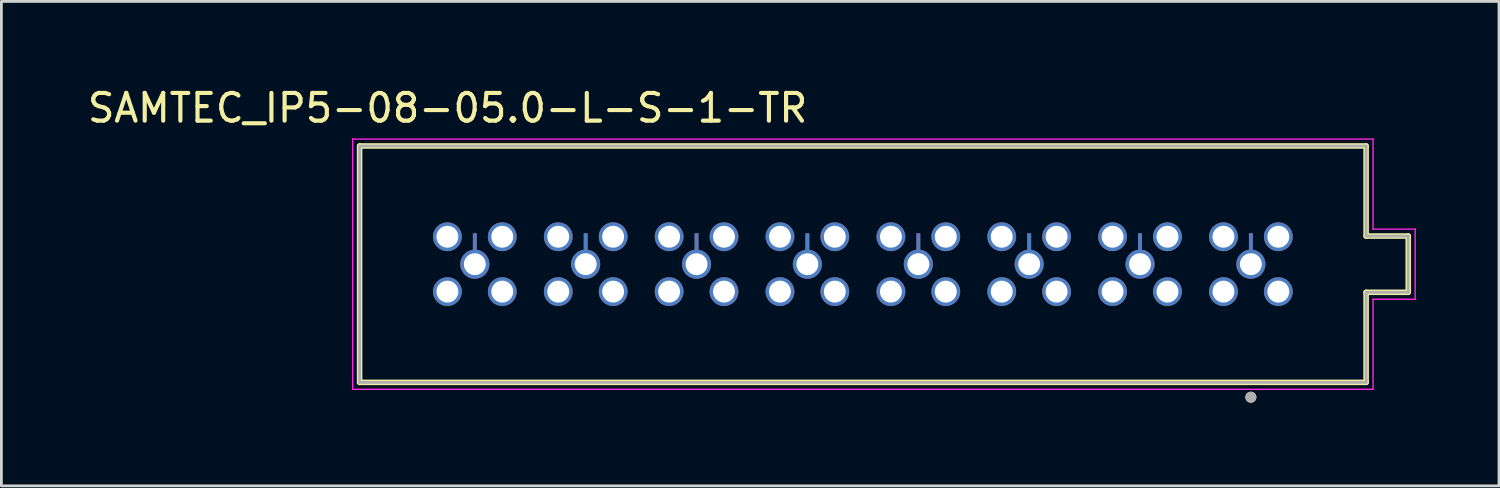
<source format=kicad_pcb>
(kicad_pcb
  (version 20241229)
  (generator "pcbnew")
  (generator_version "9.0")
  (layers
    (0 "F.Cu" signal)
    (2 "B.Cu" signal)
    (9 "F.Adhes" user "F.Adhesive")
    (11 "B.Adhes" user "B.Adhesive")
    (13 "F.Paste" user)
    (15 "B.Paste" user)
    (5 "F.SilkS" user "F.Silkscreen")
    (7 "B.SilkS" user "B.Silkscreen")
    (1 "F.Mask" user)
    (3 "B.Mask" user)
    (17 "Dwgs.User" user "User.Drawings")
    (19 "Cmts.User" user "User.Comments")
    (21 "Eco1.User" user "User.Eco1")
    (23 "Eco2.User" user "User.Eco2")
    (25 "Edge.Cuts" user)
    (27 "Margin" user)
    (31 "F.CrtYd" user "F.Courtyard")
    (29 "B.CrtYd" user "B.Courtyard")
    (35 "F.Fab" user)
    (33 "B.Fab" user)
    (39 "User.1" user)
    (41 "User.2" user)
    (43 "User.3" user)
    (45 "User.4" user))
  (footprint "SAMTEC_IP5-08-05.0-L-S-1-TR"
    (layer "F.Cu")
    (at 28.086 6.483)
    (property "Reference" "SAMTEC_IP5-08-05.0-L-S-1-TR" (at -14.985 -5.635 0) (layer "F.SilkS") (effects (font (size 1 1) (thickness 0.15))))
    (attr through_hole)
    (fp_poly (pts (xy -13.837 -0.598) (xy -13.837 -1.21) (xy -14.167 -1.21) (xy -14.167 -0.598) (xy -14.19 -0.591) (xy -14.216 -0.582) (xy -14.241 -0.573) (xy -14.266 -0.562) (xy -14.29 -0.55) (xy -14.313 -0.537) (xy -14.336 -0.523) (xy -14.359 -0.508) (xy -14.381 -0.492) (xy -14.402 -0.475) (xy -14.422 -0.458) (xy -14.441 -0.439) (xy -14.46 -0.419) (xy -14.478 -0.399) (xy -14.494 -0.378) (xy -14.51 -0.357) (xy -14.525 -0.334) (xy -14.539 -0.311) (xy -14.552 -0.287) (xy -14.564 -0.263) (xy -14.575 -0.239) (xy -14.585 -0.214) (xy -14.593 -0.188) (xy -14.601 -0.162) (xy -14.607 -0.136) (xy -14.613 -0.11) (xy -14.617 -0.083) (xy -14.62 -0.056) (xy -14.621 -0.029) (xy -14.622 0) (xy -14.621 0.032) (xy -14.619 0.065) (xy -14.614 0.097) (xy -14.608 0.129) (xy -14.601 0.16) (xy -14.592 0.192) (xy -14.581 0.222) (xy -14.568 0.252) (xy -14.554 0.281) (xy -14.539 0.31) (xy -14.522 0.338) (xy -14.504 0.364) (xy -14.484 0.39) (xy -14.463 0.415) (xy -14.44 0.438) (xy -14.417 0.461) (xy -14.392 0.482) (xy -14.366 0.502) (xy -14.34 0.52) (xy -14.312 0.537) (xy -14.283 0.552) (xy -14.254 0.566) (xy -14.224 0.579) (xy -14.194 0.59) (xy -14.162 0.599) (xy -14.131 0.606) (xy -14.099 0.612) (xy -14.067 0.617) (xy -14.034 0.619) (xy -14.002 0.62) (xy -13.97 0.619) (xy -13.937 0.617) (xy -13.905 0.612) (xy -13.873 0.606) (xy -13.842 0.599) (xy -13.81 0.59) (xy -13.78 0.579) (xy -13.75 0.566) (xy -13.721 0.552) (xy -13.692 0.537) (xy -13.664 0.52) (xy -13.638 0.502) (xy -13.612 0.482) (xy -13.587 0.461) (xy -13.564 0.438) (xy -13.541 0.415) (xy -13.52 0.39) (xy -13.5 0.364) (xy -13.482 0.338) (xy -13.465 0.31) (xy -13.45 0.281) (xy -13.436 0.252) (xy -13.423 0.222) (xy -13.412 0.192) (xy -13.403 0.16) (xy -13.396 0.129) (xy -13.39 0.097) (xy -13.385 0.065) (xy -13.383 0.032) (xy -13.382 0) (xy -13.383 -0.029) (xy -13.384 -0.056) (xy -13.387 -0.083) (xy -13.391 -0.11) (xy -13.397 -0.136) (xy -13.403 -0.162) (xy -13.411 -0.188) (xy -13.419 -0.214) (xy -13.429 -0.239) (xy -13.44 -0.263) (xy -13.452 -0.287) (xy -13.465 -0.311) (xy -13.479 -0.334) (xy -13.494 -0.357) (xy -13.51 -0.378) (xy -13.526 -0.399) (xy -13.544 -0.419) (xy -13.563 -0.439) (xy -13.582 -0.458) (xy -13.602 -0.475) (xy -13.623 -0.492) (xy -13.645 -0.508) (xy -13.668 -0.523) (xy -13.691 -0.537) (xy -13.714 -0.55) (xy -13.738 -0.562) (xy -13.763 -0.573) (xy -13.788 -0.582) (xy -13.814 -0.591) (xy -13.837 -0.598)) (stroke (width 0.01) (type solid)) (fill yes) (layer "F.Mask"))
    (fp_poly (pts (xy -5.836 -0.598) (xy -5.836 -1.21) (xy -6.166 -1.21) (xy -6.166 -0.598) (xy -6.189 -0.591) (xy -6.215 -0.582) (xy -6.24 -0.573) (xy -6.265 -0.562) (xy -6.289 -0.55) (xy -6.312 -0.537) (xy -6.335 -0.523) (xy -6.358 -0.508) (xy -6.38 -0.492) (xy -6.401 -0.475) (xy -6.421 -0.458) (xy -6.44 -0.439) (xy -6.459 -0.419) (xy -6.477 -0.399) (xy -6.493 -0.378) (xy -6.509 -0.357) (xy -6.524 -0.334) (xy -6.538 -0.311) (xy -6.551 -0.287) (xy -6.563 -0.263) (xy -6.574 -0.239) (xy -6.584 -0.214) (xy -6.592 -0.188) (xy -6.6 -0.162) (xy -6.606 -0.136) (xy -6.612 -0.11) (xy -6.616 -0.083) (xy -6.619 -0.056) (xy -6.62 -0.029) (xy -6.621 0) (xy -6.62 0.032) (xy -6.618 0.065) (xy -6.613 0.097) (xy -6.607 0.129) (xy -6.6 0.16) (xy -6.591 0.192) (xy -6.58 0.222) (xy -6.567 0.252) (xy -6.553 0.281) (xy -6.538 0.31) (xy -6.521 0.338) (xy -6.503 0.364) (xy -6.483 0.39) (xy -6.462 0.415) (xy -6.439 0.438) (xy -6.416 0.461) (xy -6.391 0.482) (xy -6.365 0.502) (xy -6.339 0.52) (xy -6.311 0.537) (xy -6.282 0.552) (xy -6.253 0.566) (xy -6.223 0.579) (xy -6.193 0.59) (xy -6.161 0.599) (xy -6.13 0.606) (xy -6.098 0.612) (xy -6.066 0.617) (xy -6.033 0.619) (xy -6.001 0.62) (xy -5.969 0.619) (xy -5.936 0.617) (xy -5.904 0.612) (xy -5.872 0.606) (xy -5.841 0.599) (xy -5.809 0.59) (xy -5.779 0.579) (xy -5.749 0.566) (xy -5.72 0.552) (xy -5.691 0.537) (xy -5.663 0.52) (xy -5.637 0.502) (xy -5.611 0.482) (xy -5.586 0.461) (xy -5.563 0.438) (xy -5.54 0.415) (xy -5.519 0.39) (xy -5.499 0.364) (xy -5.481 0.338) (xy -5.464 0.31) (xy -5.449 0.281) (xy -5.435 0.252) (xy -5.422 0.222) (xy -5.411 0.192) (xy -5.402 0.16) (xy -5.395 0.129) (xy -5.389 0.097) (xy -5.384 0.065) (xy -5.382 0.032) (xy -5.381 0) (xy -5.382 -0.029) (xy -5.383 -0.056) (xy -5.386 -0.083) (xy -5.39 -0.11) (xy -5.396 -0.136) (xy -5.402 -0.162) (xy -5.41 -0.188) (xy -5.418 -0.214) (xy -5.428 -0.239) (xy -5.439 -0.263) (xy -5.451 -0.287) (xy -5.464 -0.311) (xy -5.478 -0.334) (xy -5.493 -0.357) (xy -5.509 -0.378) (xy -5.525 -0.399) (xy -5.543 -0.419) (xy -5.562 -0.439) (xy -5.581 -0.458) (xy -5.601 -0.475) (xy -5.622 -0.492) (xy -5.644 -0.508) (xy -5.667 -0.523) (xy -5.69 -0.537) (xy -5.713 -0.55) (xy -5.737 -0.562) (xy -5.762 -0.573) (xy -5.787 -0.582) (xy -5.813 -0.591) (xy -5.836 -0.598)) (stroke (width 0.01) (type solid)) (fill yes) (layer "F.Mask"))
    (fp_poly (pts (xy -1.837 -0.598) (xy -1.837 -1.21) (xy -2.167 -1.21) (xy -2.167 -0.598) (xy -2.19 -0.591) (xy -2.216 -0.582) (xy -2.241 -0.573) (xy -2.266 -0.562) (xy -2.29 -0.55) (xy -2.313 -0.537) (xy -2.336 -0.523) (xy -2.359 -0.508) (xy -2.381 -0.492) (xy -2.402 -0.475) (xy -2.422 -0.458) (xy -2.441 -0.439) (xy -2.46 -0.419) (xy -2.478 -0.399) (xy -2.494 -0.378) (xy -2.51 -0.357) (xy -2.525 -0.334) (xy -2.539 -0.311) (xy -2.552 -0.287) (xy -2.564 -0.263) (xy -2.575 -0.239) (xy -2.585 -0.214) (xy -2.593 -0.188) (xy -2.601 -0.162) (xy -2.607 -0.136) (xy -2.613 -0.11) (xy -2.617 -0.083) (xy -2.62 -0.056) (xy -2.621 -0.029) (xy -2.622 0) (xy -2.621 0.032) (xy -2.619 0.065) (xy -2.614 0.097) (xy -2.608 0.129) (xy -2.601 0.16) (xy -2.592 0.192) (xy -2.581 0.222) (xy -2.568 0.252) (xy -2.554 0.281) (xy -2.539 0.31) (xy -2.522 0.338) (xy -2.504 0.364) (xy -2.484 0.39) (xy -2.463 0.415) (xy -2.44 0.438) (xy -2.417 0.461) (xy -2.392 0.482) (xy -2.366 0.502) (xy -2.34 0.52) (xy -2.312 0.537) (xy -2.283 0.552) (xy -2.254 0.566) (xy -2.224 0.579) (xy -2.194 0.59) (xy -2.162 0.599) (xy -2.131 0.606) (xy -2.099 0.612) (xy -2.067 0.617) (xy -2.034 0.619) (xy -2.002 0.62) (xy -1.97 0.619) (xy -1.937 0.617) (xy -1.905 0.612) (xy -1.873 0.606) (xy -1.842 0.599) (xy -1.81 0.59) (xy -1.78 0.579) (xy -1.75 0.566) (xy -1.721 0.552) (xy -1.692 0.537) (xy -1.664 0.52) (xy -1.638 0.502) (xy -1.612 0.482) (xy -1.587 0.461) (xy -1.564 0.438) (xy -1.541 0.415) (xy -1.52 0.39) (xy -1.5 0.364) (xy -1.482 0.338) (xy -1.465 0.31) (xy -1.45 0.281) (xy -1.436 0.252) (xy -1.423 0.222) (xy -1.412 0.192) (xy -1.403 0.16) (xy -1.396 0.129) (xy -1.39 0.097) (xy -1.385 0.065) (xy -1.383 0.032) (xy -1.382 0) (xy -1.383 -0.029) (xy -1.384 -0.056) (xy -1.387 -0.083) (xy -1.391 -0.11) (xy -1.397 -0.136) (xy -1.403 -0.162) (xy -1.411 -0.188) (xy -1.419 -0.214) (xy -1.429 -0.239) (xy -1.44 -0.263) (xy -1.452 -0.287) (xy -1.465 -0.311) (xy -1.479 -0.334) (xy -1.494 -0.357) (xy -1.51 -0.378) (xy -1.526 -0.399) (xy -1.544 -0.419) (xy -1.563 -0.439) (xy -1.582 -0.458) (xy -1.602 -0.475) (xy -1.623 -0.492) (xy -1.645 -0.508) (xy -1.668 -0.523) (xy -1.691 -0.537) (xy -1.714 -0.55) (xy -1.738 -0.562) (xy -1.763 -0.573) (xy -1.788 -0.582) (xy -1.814 -0.591) (xy -1.837 -0.598)) (stroke (width 0.01) (type solid)) (fill yes) (layer "F.Mask"))
    (fp_poly (pts (xy 2.167 -0.598) (xy 2.167 -1.21) (xy 1.837 -1.21) (xy 1.837 -0.598) (xy 1.814 -0.591) (xy 1.788 -0.582) (xy 1.763 -0.573) (xy 1.738 -0.562) (xy 1.714 -0.55) (xy 1.691 -0.537) (xy 1.668 -0.523) (xy 1.645 -0.508) (xy 1.623 -0.492) (xy 1.602 -0.475) (xy 1.582 -0.458) (xy 1.563 -0.439) (xy 1.544 -0.419) (xy 1.526 -0.399) (xy 1.51 -0.378) (xy 1.494 -0.357) (xy 1.479 -0.334) (xy 1.465 -0.311) (xy 1.452 -0.287) (xy 1.44 -0.263) (xy 1.429 -0.239) (xy 1.419 -0.214) (xy 1.411 -0.188) (xy 1.403 -0.162) (xy 1.397 -0.136) (xy 1.391 -0.11) (xy 1.387 -0.083) (xy 1.384 -0.056) (xy 1.383 -0.029) (xy 1.382 0) (xy 1.383 0.032) (xy 1.385 0.065) (xy 1.39 0.097) (xy 1.396 0.129) (xy 1.403 0.16) (xy 1.412 0.192) (xy 1.423 0.222) (xy 1.436 0.252) (xy 1.45 0.281) (xy 1.465 0.31) (xy 1.482 0.338) (xy 1.5 0.364) (xy 1.52 0.39) (xy 1.541 0.415) (xy 1.564 0.438) (xy 1.587 0.461) (xy 1.612 0.482) (xy 1.638 0.502) (xy 1.664 0.52) (xy 1.692 0.537) (xy 1.721 0.552) (xy 1.75 0.566) (xy 1.78 0.579) (xy 1.81 0.59) (xy 1.842 0.599) (xy 1.873 0.606) (xy 1.905 0.612) (xy 1.937 0.617) (xy 1.97 0.619) (xy 2.002 0.62) (xy 2.034 0.619) (xy 2.067 0.617) (xy 2.099 0.612) (xy 2.131 0.606) (xy 2.162 0.599) (xy 2.194 0.59) (xy 2.224 0.579) (xy 2.254 0.566) (xy 2.283 0.552) (xy 2.312 0.537) (xy 2.34 0.52) (xy 2.366 0.502) (xy 2.392 0.482) (xy 2.417 0.461) (xy 2.44 0.438) (xy 2.463 0.415) (xy 2.484 0.39) (xy 2.504 0.364) (xy 2.522 0.338) (xy 2.539 0.31) (xy 2.554 0.281) (xy 2.568 0.252) (xy 2.581 0.222) (xy 2.592 0.192) (xy 2.601 0.16) (xy 2.608 0.129) (xy 2.614 0.097) (xy 2.619 0.065) (xy 2.621 0.032) (xy 2.622 0) (xy 2.621 -0.029) (xy 2.62 -0.056) (xy 2.617 -0.083) (xy 2.613 -0.11) (xy 2.607 -0.136) (xy 2.601 -0.162) (xy 2.593 -0.188) (xy 2.585 -0.214) (xy 2.575 -0.239) (xy 2.564 -0.263) (xy 2.552 -0.287) (xy 2.539 -0.311) (xy 2.525 -0.334) (xy 2.51 -0.357) (xy 2.494 -0.378) (xy 2.478 -0.399) (xy 2.46 -0.419) (xy 2.441 -0.439) (xy 2.422 -0.458) (xy 2.402 -0.475) (xy 2.381 -0.492) (xy 2.359 -0.508) (xy 2.336 -0.523) (xy 2.313 -0.537) (xy 2.29 -0.55) (xy 2.266 -0.562) (xy 2.241 -0.573) (xy 2.216 -0.582) (xy 2.19 -0.591) (xy 2.167 -0.598)) (stroke (width 0.01) (type solid)) (fill yes) (layer "F.Mask"))
    (fp_poly (pts (xy 6.167 -0.598) (xy 6.167 -1.21) (xy 5.837 -1.21) (xy 5.837 -0.598) (xy 5.814 -0.591) (xy 5.788 -0.582) (xy 5.763 -0.573) (xy 5.738 -0.562) (xy 5.714 -0.55) (xy 5.691 -0.537) (xy 5.668 -0.523) (xy 5.645 -0.508) (xy 5.623 -0.492) (xy 5.602 -0.475) (xy 5.582 -0.458) (xy 5.563 -0.439) (xy 5.544 -0.419) (xy 5.526 -0.399) (xy 5.51 -0.378) (xy 5.494 -0.357) (xy 5.479 -0.334) (xy 5.465 -0.311) (xy 5.452 -0.287) (xy 5.44 -0.263) (xy 5.429 -0.239) (xy 5.419 -0.214) (xy 5.411 -0.188) (xy 5.403 -0.162) (xy 5.397 -0.136) (xy 5.391 -0.11) (xy 5.387 -0.083) (xy 5.384 -0.056) (xy 5.383 -0.029) (xy 5.382 0) (xy 5.383 0.032) (xy 5.385 0.065) (xy 5.39 0.097) (xy 5.396 0.129) (xy 5.403 0.16) (xy 5.412 0.192) (xy 5.423 0.222) (xy 5.436 0.252) (xy 5.45 0.281) (xy 5.465 0.31) (xy 5.482 0.338) (xy 5.5 0.364) (xy 5.52 0.39) (xy 5.541 0.415) (xy 5.564 0.438) (xy 5.587 0.461) (xy 5.612 0.482) (xy 5.638 0.502) (xy 5.664 0.52) (xy 5.692 0.537) (xy 5.721 0.552) (xy 5.75 0.566) (xy 5.78 0.579) (xy 5.81 0.59) (xy 5.842 0.599) (xy 5.873 0.606) (xy 5.905 0.612) (xy 5.937 0.617) (xy 5.97 0.619) (xy 6.002 0.62) (xy 6.034 0.619) (xy 6.067 0.617) (xy 6.099 0.612) (xy 6.131 0.606) (xy 6.162 0.599) (xy 6.194 0.59) (xy 6.224 0.579) (xy 6.254 0.566) (xy 6.283 0.552) (xy 6.312 0.537) (xy 6.34 0.52) (xy 6.366 0.502) (xy 6.392 0.482) (xy 6.417 0.461) (xy 6.44 0.438) (xy 6.463 0.415) (xy 6.484 0.39) (xy 6.504 0.364) (xy 6.522 0.338) (xy 6.539 0.31) (xy 6.554 0.281) (xy 6.568 0.252) (xy 6.581 0.222) (xy 6.592 0.192) (xy 6.601 0.16) (xy 6.608 0.129) (xy 6.614 0.097) (xy 6.619 0.065) (xy 6.621 0.032) (xy 6.622 0) (xy 6.621 -0.029) (xy 6.62 -0.056) (xy 6.617 -0.083) (xy 6.613 -0.11) (xy 6.607 -0.136) (xy 6.601 -0.162) (xy 6.593 -0.188) (xy 6.585 -0.214) (xy 6.575 -0.239) (xy 6.564 -0.263) (xy 6.552 -0.287) (xy 6.539 -0.311) (xy 6.525 -0.334) (xy 6.51 -0.357) (xy 6.494 -0.378) (xy 6.478 -0.399) (xy 6.46 -0.419) (xy 6.441 -0.439) (xy 6.422 -0.458) (xy 6.402 -0.475) (xy 6.381 -0.492) (xy 6.359 -0.508) (xy 6.336 -0.523) (xy 6.313 -0.537) (xy 6.29 -0.55) (xy 6.266 -0.562) (xy 6.241 -0.573) (xy 6.216 -0.582) (xy 6.19 -0.591) (xy 6.167 -0.598)) (stroke (width 0.01) (type solid)) (fill yes) (layer "F.Mask"))
    (fp_poly (pts (xy 10.167 -0.598) (xy 10.167 -1.21) (xy 9.837 -1.21) (xy 9.837 -0.598) (xy 9.814 -0.591) (xy 9.788 -0.582) (xy 9.763 -0.573) (xy 9.738 -0.562) (xy 9.714 -0.55) (xy 9.691 -0.537) (xy 9.668 -0.523) (xy 9.645 -0.508) (xy 9.623 -0.492) (xy 9.602 -0.475) (xy 9.582 -0.458) (xy 9.563 -0.439) (xy 9.544 -0.419) (xy 9.526 -0.399) (xy 9.51 -0.378) (xy 9.494 -0.357) (xy 9.479 -0.334) (xy 9.465 -0.311) (xy 9.452 -0.287) (xy 9.44 -0.263) (xy 9.429 -0.239) (xy 9.419 -0.214) (xy 9.411 -0.188) (xy 9.403 -0.162) (xy 9.397 -0.136) (xy 9.391 -0.11) (xy 9.387 -0.083) (xy 9.384 -0.056) (xy 9.383 -0.029) (xy 9.382 0) (xy 9.383 0.032) (xy 9.385 0.065) (xy 9.39 0.097) (xy 9.396 0.129) (xy 9.403 0.16) (xy 9.412 0.192) (xy 9.423 0.222) (xy 9.436 0.252) (xy 9.45 0.281) (xy 9.465 0.31) (xy 9.482 0.338) (xy 9.5 0.364) (xy 9.52 0.39) (xy 9.541 0.415) (xy 9.564 0.438) (xy 9.587 0.461) (xy 9.612 0.482) (xy 9.638 0.502) (xy 9.664 0.52) (xy 9.692 0.537) (xy 9.721 0.552) (xy 9.75 0.566) (xy 9.78 0.579) (xy 9.81 0.59) (xy 9.842 0.599) (xy 9.873 0.606) (xy 9.905 0.612) (xy 9.937 0.617) (xy 9.97 0.619) (xy 10.002 0.62) (xy 10.034 0.619) (xy 10.067 0.617) (xy 10.099 0.612) (xy 10.131 0.606) (xy 10.162 0.599) (xy 10.194 0.59) (xy 10.224 0.579) (xy 10.254 0.566) (xy 10.283 0.552) (xy 10.312 0.537) (xy 10.34 0.52) (xy 10.366 0.502) (xy 10.392 0.482) (xy 10.417 0.461) (xy 10.44 0.438) (xy 10.463 0.415) (xy 10.484 0.39) (xy 10.504 0.364) (xy 10.522 0.338) (xy 10.539 0.31) (xy 10.554 0.281) (xy 10.568 0.252) (xy 10.581 0.222) (xy 10.592 0.192) (xy 10.601 0.16) (xy 10.608 0.129) (xy 10.614 0.097) (xy 10.619 0.065) (xy 10.621 0.032) (xy 10.622 0) (xy 10.621 -0.029) (xy 10.62 -0.056) (xy 10.617 -0.083) (xy 10.613 -0.11) (xy 10.607 -0.136) (xy 10.601 -0.162) (xy 10.593 -0.188) (xy 10.585 -0.214) (xy 10.575 -0.239) (xy 10.564 -0.263) (xy 10.552 -0.287) (xy 10.539 -0.311) (xy 10.525 -0.334) (xy 10.51 -0.357) (xy 10.494 -0.378) (xy 10.478 -0.399) (xy 10.46 -0.419) (xy 10.441 -0.439) (xy 10.422 -0.458) (xy 10.402 -0.475) (xy 10.381 -0.492) (xy 10.359 -0.508) (xy 10.336 -0.523) (xy 10.313 -0.537) (xy 10.29 -0.55) (xy 10.266 -0.562) (xy 10.241 -0.573) (xy 10.216 -0.582) (xy 10.19 -0.591) (xy 10.167 -0.598)) (stroke (width 0.01) (type solid)) (fill yes) (layer "F.Mask"))
    (fp_poly (pts (xy 14.167 -0.598) (xy 14.167 -1.21) (xy 13.837 -1.21) (xy 13.837 -0.598) (xy 13.814 -0.591) (xy 13.788 -0.582) (xy 13.763 -0.573) (xy 13.738 -0.562) (xy 13.714 -0.55) (xy 13.691 -0.537) (xy 13.668 -0.523) (xy 13.645 -0.508) (xy 13.623 -0.492) (xy 13.602 -0.475) (xy 13.582 -0.458) (xy 13.563 -0.439) (xy 13.544 -0.419) (xy 13.526 -0.399) (xy 13.51 -0.378) (xy 13.494 -0.357) (xy 13.479 -0.334) (xy 13.465 -0.311) (xy 13.452 -0.287) (xy 13.44 -0.263) (xy 13.429 -0.239) (xy 13.419 -0.214) (xy 13.411 -0.188) (xy 13.403 -0.162) (xy 13.397 -0.136) (xy 13.391 -0.11) (xy 13.387 -0.083) (xy 13.384 -0.056) (xy 13.383 -0.029) (xy 13.382 0) (xy 13.383 0.032) (xy 13.385 0.065) (xy 13.39 0.097) (xy 13.396 0.129) (xy 13.403 0.16) (xy 13.412 0.192) (xy 13.423 0.222) (xy 13.436 0.252) (xy 13.45 0.281) (xy 13.465 0.31) (xy 13.482 0.338) (xy 13.5 0.364) (xy 13.52 0.39) (xy 13.541 0.415) (xy 13.564 0.438) (xy 13.587 0.461) (xy 13.612 0.482) (xy 13.638 0.502) (xy 13.664 0.52) (xy 13.692 0.537) (xy 13.721 0.552) (xy 13.75 0.566) (xy 13.78 0.579) (xy 13.81 0.59) (xy 13.842 0.599) (xy 13.873 0.606) (xy 13.905 0.612) (xy 13.937 0.617) (xy 13.97 0.619) (xy 14.002 0.62) (xy 14.034 0.619) (xy 14.067 0.617) (xy 14.099 0.612) (xy 14.131 0.606) (xy 14.162 0.599) (xy 14.194 0.59) (xy 14.224 0.579) (xy 14.254 0.566) (xy 14.283 0.552) (xy 14.312 0.537) (xy 14.34 0.52) (xy 14.366 0.502) (xy 14.392 0.482) (xy 14.417 0.461) (xy 14.44 0.438) (xy 14.463 0.415) (xy 14.484 0.39) (xy 14.504 0.364) (xy 14.522 0.338) (xy 14.539 0.31) (xy 14.554 0.281) (xy 14.568 0.252) (xy 14.581 0.222) (xy 14.592 0.192) (xy 14.601 0.16) (xy 14.608 0.129) (xy 14.614 0.097) (xy 14.619 0.065) (xy 14.621 0.032) (xy 14.622 0) (xy 14.621 -0.029) (xy 14.62 -0.056) (xy 14.617 -0.083) (xy 14.613 -0.11) (xy 14.607 -0.136) (xy 14.601 -0.162) (xy 14.593 -0.188) (xy 14.585 -0.214) (xy 14.575 -0.239) (xy 14.564 -0.263) (xy 14.552 -0.287) (xy 14.539 -0.311) (xy 14.525 -0.334) (xy 14.51 -0.357) (xy 14.494 -0.378) (xy 14.478 -0.399) (xy 14.46 -0.419) (xy 14.441 -0.439) (xy 14.422 -0.458) (xy 14.402 -0.475) (xy 14.381 -0.492) (xy 14.359 -0.508) (xy 14.336 -0.523) (xy 14.313 -0.537) (xy 14.29 -0.55) (xy 14.266 -0.562) (xy 14.241 -0.573) (xy 14.216 -0.582) (xy 14.19 -0.591) (xy 14.167 -0.598)) (stroke (width 0.01) (type solid)) (fill yes) (layer "F.Mask"))
    (fp_poly (pts (xy -9.836 -0.598) (xy -9.836 -1.21) (xy -10.166 -1.21) (xy -10.166 -0.598) (xy -10.19 -0.591) (xy -10.215 -0.582) (xy -10.241 -0.573) (xy -10.265 -0.562) (xy -10.289 -0.55) (xy -10.313 -0.537) (xy -10.336 -0.523) (xy -10.358 -0.508) (xy -10.38 -0.492) (xy -10.401 -0.475) (xy -10.421 -0.458) (xy -10.441 -0.439) (xy -10.459 -0.419) (xy -10.477 -0.399) (xy -10.494 -0.378) (xy -10.51 -0.357) (xy -10.525 -0.334) (xy -10.539 -0.311) (xy -10.552 -0.287) (xy -10.564 -0.263) (xy -10.575 -0.239) (xy -10.584 -0.214) (xy -10.593 -0.188) (xy -10.6 -0.162) (xy -10.607 -0.136) (xy -10.612 -0.11) (xy -10.616 -0.083) (xy -10.619 -0.056) (xy -10.621 -0.029) (xy -10.621 0) (xy -10.621 0.032) (xy -10.618 0.065) (xy -10.614 0.097) (xy -10.608 0.129) (xy -10.6 0.16) (xy -10.591 0.192) (xy -10.58 0.222) (xy -10.568 0.252) (xy -10.554 0.281) (xy -10.538 0.31) (xy -10.521 0.338) (xy -10.503 0.364) (xy -10.483 0.39) (xy -10.462 0.415) (xy -10.44 0.438) (xy -10.416 0.461) (xy -10.392 0.482) (xy -10.366 0.502) (xy -10.339 0.52) (xy -10.311 0.537) (xy -10.283 0.552) (xy -10.254 0.566) (xy -10.224 0.579) (xy -10.193 0.59) (xy -10.162 0.599) (xy -10.13 0.606) (xy -10.098 0.612) (xy -10.066 0.617) (xy -10.034 0.619) (xy -10.002 0.62) (xy -9.969 0.619) (xy -9.937 0.617) (xy -9.905 0.612) (xy -9.873 0.606) (xy -9.841 0.599) (xy -9.81 0.59) (xy -9.779 0.579) (xy -9.749 0.566) (xy -9.72 0.552) (xy -9.692 0.537) (xy -9.664 0.52) (xy -9.637 0.502) (xy -9.611 0.482) (xy -9.587 0.461) (xy -9.563 0.438) (xy -9.541 0.415) (xy -9.52 0.39) (xy -9.5 0.364) (xy -9.482 0.338) (xy -9.465 0.31) (xy -9.449 0.281) (xy -9.435 0.252) (xy -9.423 0.222) (xy -9.412 0.192) (xy -9.403 0.16) (xy -9.395 0.129) (xy -9.389 0.097) (xy -9.385 0.065) (xy -9.382 0.032) (xy -9.382 0) (xy -9.382 -0.029) (xy -9.384 -0.056) (xy -9.387 -0.083) (xy -9.391 -0.11) (xy -9.396 -0.136) (xy -9.403 -0.162) (xy -9.41 -0.188) (xy -9.419 -0.214) (xy -9.428 -0.239) (xy -9.439 -0.263) (xy -9.451 -0.287) (xy -9.464 -0.311) (xy -9.478 -0.334) (xy -9.493 -0.357) (xy -9.509 -0.378) (xy -9.526 -0.399) (xy -9.544 -0.419) (xy -9.562 -0.439) (xy -9.582 -0.458) (xy -9.602 -0.475) (xy -9.623 -0.492) (xy -9.645 -0.508) (xy -9.667 -0.523) (xy -9.69 -0.537) (xy -9.714 -0.55) (xy -9.738 -0.562) (xy -9.762 -0.573) (xy -9.788 -0.582) (xy -9.813 -0.591) (xy -9.836 -0.598) (xy -9.836 -0.598)) (stroke (width 0.01) (type solid)) (fill yes) (layer "F.Mask"))
    (fp_poly (pts (xy -14.167 0.598) (xy -14.167 1.215) (xy -13.837 1.215) (xy -13.837 0.598) (xy -13.814 0.591) (xy -13.788 0.582) (xy -13.763 0.573) (xy -13.738 0.562) (xy -13.714 0.55) (xy -13.691 0.537) (xy -13.668 0.523) (xy -13.645 0.508) (xy -13.623 0.492) (xy -13.602 0.475) (xy -13.582 0.458) (xy -13.563 0.439) (xy -13.544 0.419) (xy -13.526 0.399) (xy -13.51 0.378) (xy -13.494 0.357) (xy -13.479 0.334) (xy -13.465 0.311) (xy -13.452 0.287) (xy -13.44 0.263) (xy -13.429 0.239) (xy -13.419 0.214) (xy -13.411 0.188) (xy -13.403 0.162) (xy -13.397 0.136) (xy -13.391 0.11) (xy -13.387 0.083) (xy -13.384 0.056) (xy -13.383 0.029) (xy -13.382 0) (xy -13.383 -0.029) (xy -13.384 -0.056) (xy -13.387 -0.083) (xy -13.391 -0.11) (xy -13.397 -0.136) (xy -13.403 -0.162) (xy -13.411 -0.188) (xy -13.419 -0.214) (xy -13.429 -0.239) (xy -13.44 -0.263) (xy -13.452 -0.287) (xy -13.465 -0.311) (xy -13.479 -0.334) (xy -13.494 -0.357) (xy -13.51 -0.378) (xy -13.526 -0.399) (xy -13.544 -0.419) (xy -13.563 -0.439) (xy -13.582 -0.458) (xy -13.602 -0.475) (xy -13.623 -0.492) (xy -13.645 -0.508) (xy -13.668 -0.523) (xy -13.691 -0.537) (xy -13.714 -0.55) (xy -13.738 -0.562) (xy -13.763 -0.573) (xy -13.788 -0.582) (xy -13.814 -0.591) (xy -13.837 -0.598) (xy -13.837 -1.215) (xy -14.167 -1.215) (xy -14.167 -0.598) (xy -14.19 -0.591) (xy -14.216 -0.582) (xy -14.241 -0.573) (xy -14.266 -0.562) (xy -14.29 -0.55) (xy -14.313 -0.537) (xy -14.336 -0.523) (xy -14.359 -0.508) (xy -14.381 -0.492) (xy -14.402 -0.475) (xy -14.422 -0.458) (xy -14.441 -0.439) (xy -14.46 -0.419) (xy -14.478 -0.399) (xy -14.494 -0.378) (xy -14.51 -0.357) (xy -14.525 -0.334) (xy -14.539 -0.311) (xy -14.552 -0.287) (xy -14.564 -0.263) (xy -14.575 -0.239) (xy -14.585 -0.214) (xy -14.593 -0.188) (xy -14.601 -0.162) (xy -14.607 -0.136) (xy -14.613 -0.11) (xy -14.617 -0.083) (xy -14.62 -0.056) (xy -14.621 -0.029) (xy -14.622 0) (xy -14.621 0.029) (xy -14.62 0.056) (xy -14.617 0.083) (xy -14.613 0.11) (xy -14.607 0.136) (xy -14.601 0.162) (xy -14.593 0.188) (xy -14.585 0.214) (xy -14.575 0.239) (xy -14.564 0.263) (xy -14.552 0.287) (xy -14.539 0.311) (xy -14.525 0.334) (xy -14.51 0.357) (xy -14.494 0.378) (xy -14.478 0.399) (xy -14.46 0.419) (xy -14.441 0.439) (xy -14.422 0.458) (xy -14.402 0.475) (xy -14.381 0.492) (xy -14.359 0.508) (xy -14.336 0.523) (xy -14.313 0.537) (xy -14.29 0.55) (xy -14.266 0.562) (xy -14.241 0.573) (xy -14.216 0.582) (xy -14.19 0.591) (xy -14.167 0.598)) (stroke (width 0.01) (type solid)) (fill yes) (layer "B.Mask"))
    (fp_poly (pts (xy -6.166 0.598) (xy -6.166 1.215) (xy -5.836 1.215) (xy -5.836 0.598) (xy -5.813 0.591) (xy -5.787 0.582) (xy -5.762 0.573) (xy -5.737 0.562) (xy -5.713 0.55) (xy -5.69 0.537) (xy -5.667 0.523) (xy -5.644 0.508) (xy -5.622 0.492) (xy -5.601 0.475) (xy -5.581 0.458) (xy -5.562 0.439) (xy -5.543 0.419) (xy -5.525 0.399) (xy -5.509 0.378) (xy -5.493 0.357) (xy -5.478 0.334) (xy -5.464 0.311) (xy -5.451 0.287) (xy -5.439 0.263) (xy -5.428 0.239) (xy -5.418 0.214) (xy -5.41 0.188) (xy -5.402 0.162) (xy -5.396 0.136) (xy -5.39 0.11) (xy -5.386 0.083) (xy -5.383 0.056) (xy -5.382 0.029) (xy -5.381 0) (xy -5.382 -0.029) (xy -5.383 -0.056) (xy -5.386 -0.083) (xy -5.39 -0.11) (xy -5.396 -0.136) (xy -5.402 -0.162) (xy -5.41 -0.188) (xy -5.418 -0.214) (xy -5.428 -0.239) (xy -5.439 -0.263) (xy -5.451 -0.287) (xy -5.464 -0.311) (xy -5.478 -0.334) (xy -5.493 -0.357) (xy -5.509 -0.378) (xy -5.525 -0.399) (xy -5.543 -0.419) (xy -5.562 -0.439) (xy -5.581 -0.458) (xy -5.601 -0.475) (xy -5.622 -0.492) (xy -5.644 -0.508) (xy -5.667 -0.523) (xy -5.69 -0.537) (xy -5.713 -0.55) (xy -5.737 -0.562) (xy -5.762 -0.573) (xy -5.787 -0.582) (xy -5.813 -0.591) (xy -5.836 -0.598) (xy -5.836 -1.215) (xy -6.166 -1.215) (xy -6.166 -0.598) (xy -6.189 -0.591) (xy -6.215 -0.582) (xy -6.24 -0.573) (xy -6.265 -0.562) (xy -6.289 -0.55) (xy -6.312 -0.537) (xy -6.335 -0.523) (xy -6.358 -0.508) (xy -6.38 -0.492) (xy -6.401 -0.475) (xy -6.421 -0.458) (xy -6.44 -0.439) (xy -6.459 -0.419) (xy -6.477 -0.399) (xy -6.493 -0.378) (xy -6.509 -0.357) (xy -6.524 -0.334) (xy -6.538 -0.311) (xy -6.551 -0.287) (xy -6.563 -0.263) (xy -6.574 -0.239) (xy -6.584 -0.214) (xy -6.592 -0.188) (xy -6.6 -0.162) (xy -6.606 -0.136) (xy -6.612 -0.11) (xy -6.616 -0.083) (xy -6.619 -0.056) (xy -6.62 -0.029) (xy -6.621 0) (xy -6.62 0.029) (xy -6.619 0.056) (xy -6.616 0.083) (xy -6.612 0.11) (xy -6.606 0.136) (xy -6.6 0.162) (xy -6.592 0.188) (xy -6.584 0.214) (xy -6.574 0.239) (xy -6.563 0.263) (xy -6.551 0.287) (xy -6.538 0.311) (xy -6.524 0.334) (xy -6.509 0.357) (xy -6.493 0.378) (xy -6.477 0.399) (xy -6.459 0.419) (xy -6.44 0.439) (xy -6.421 0.458) (xy -6.401 0.475) (xy -6.38 0.492) (xy -6.358 0.508) (xy -6.335 0.523) (xy -6.312 0.537) (xy -6.289 0.55) (xy -6.265 0.562) (xy -6.24 0.573) (xy -6.215 0.582) (xy -6.189 0.591) (xy -6.166 0.598)) (stroke (width 0.01) (type solid)) (fill yes) (layer "B.Mask"))
    (fp_poly (pts (xy -2.167 0.598) (xy -2.167 1.215) (xy -1.837 1.215) (xy -1.837 0.598) (xy -1.814 0.591) (xy -1.788 0.582) (xy -1.763 0.573) (xy -1.738 0.562) (xy -1.714 0.55) (xy -1.691 0.537) (xy -1.668 0.523) (xy -1.645 0.508) (xy -1.623 0.492) (xy -1.602 0.475) (xy -1.582 0.458) (xy -1.563 0.439) (xy -1.544 0.419) (xy -1.526 0.399) (xy -1.51 0.378) (xy -1.494 0.357) (xy -1.479 0.334) (xy -1.465 0.311) (xy -1.452 0.287) (xy -1.44 0.263) (xy -1.429 0.239) (xy -1.419 0.214) (xy -1.411 0.188) (xy -1.403 0.162) (xy -1.397 0.136) (xy -1.391 0.11) (xy -1.387 0.083) (xy -1.384 0.056) (xy -1.383 0.029) (xy -1.382 0) (xy -1.383 -0.029) (xy -1.384 -0.056) (xy -1.387 -0.083) (xy -1.391 -0.11) (xy -1.397 -0.136) (xy -1.403 -0.162) (xy -1.411 -0.188) (xy -1.419 -0.214) (xy -1.429 -0.239) (xy -1.44 -0.263) (xy -1.452 -0.287) (xy -1.465 -0.311) (xy -1.479 -0.334) (xy -1.494 -0.357) (xy -1.51 -0.378) (xy -1.526 -0.399) (xy -1.544 -0.419) (xy -1.563 -0.439) (xy -1.582 -0.458) (xy -1.602 -0.475) (xy -1.623 -0.492) (xy -1.645 -0.508) (xy -1.668 -0.523) (xy -1.691 -0.537) (xy -1.714 -0.55) (xy -1.738 -0.562) (xy -1.763 -0.573) (xy -1.788 -0.582) (xy -1.814 -0.591) (xy -1.837 -0.598) (xy -1.837 -1.215) (xy -2.167 -1.215) (xy -2.167 -0.598) (xy -2.19 -0.591) (xy -2.216 -0.582) (xy -2.241 -0.573) (xy -2.266 -0.562) (xy -2.29 -0.55) (xy -2.313 -0.537) (xy -2.336 -0.523) (xy -2.359 -0.508) (xy -2.381 -0.492) (xy -2.402 -0.475) (xy -2.422 -0.458) (xy -2.441 -0.439) (xy -2.46 -0.419) (xy -2.478 -0.399) (xy -2.494 -0.378) (xy -2.51 -0.357) (xy -2.525 -0.334) (xy -2.539 -0.311) (xy -2.552 -0.287) (xy -2.564 -0.263) (xy -2.575 -0.239) (xy -2.585 -0.214) (xy -2.593 -0.188) (xy -2.601 -0.162) (xy -2.607 -0.136) (xy -2.613 -0.11) (xy -2.617 -0.083) (xy -2.62 -0.056) (xy -2.621 -0.029) (xy -2.622 0) (xy -2.621 0.029) (xy -2.62 0.056) (xy -2.617 0.083) (xy -2.613 0.11) (xy -2.607 0.136) (xy -2.601 0.162) (xy -2.593 0.188) (xy -2.585 0.214) (xy -2.575 0.239) (xy -2.564 0.263) (xy -2.552 0.287) (xy -2.539 0.311) (xy -2.525 0.334) (xy -2.51 0.357) (xy -2.494 0.378) (xy -2.478 0.399) (xy -2.46 0.419) (xy -2.441 0.439) (xy -2.422 0.458) (xy -2.402 0.475) (xy -2.381 0.492) (xy -2.359 0.508) (xy -2.336 0.523) (xy -2.313 0.537) (xy -2.29 0.55) (xy -2.266 0.562) (xy -2.241 0.573) (xy -2.216 0.582) (xy -2.19 0.591) (xy -2.167 0.598)) (stroke (width 0.01) (type solid)) (fill yes) (layer "B.Mask"))
    (fp_poly (pts (xy 1.837 0.598) (xy 1.837 1.215) (xy 2.167 1.215) (xy 2.167 0.598) (xy 2.19 0.591) (xy 2.216 0.582) (xy 2.241 0.573) (xy 2.266 0.562) (xy 2.29 0.55) (xy 2.313 0.537) (xy 2.336 0.523) (xy 2.359 0.508) (xy 2.381 0.492) (xy 2.402 0.475) (xy 2.422 0.458) (xy 2.441 0.439) (xy 2.46 0.419) (xy 2.478 0.399) (xy 2.494 0.378) (xy 2.51 0.357) (xy 2.525 0.334) (xy 2.539 0.311) (xy 2.552 0.287) (xy 2.564 0.263) (xy 2.575 0.239) (xy 2.585 0.214) (xy 2.593 0.188) (xy 2.601 0.162) (xy 2.607 0.136) (xy 2.613 0.11) (xy 2.617 0.083) (xy 2.62 0.056) (xy 2.621 0.029) (xy 2.622 0) (xy 2.621 -0.029) (xy 2.62 -0.056) (xy 2.617 -0.083) (xy 2.613 -0.11) (xy 2.607 -0.136) (xy 2.601 -0.162) (xy 2.593 -0.188) (xy 2.585 -0.214) (xy 2.575 -0.239) (xy 2.564 -0.263) (xy 2.552 -0.287) (xy 2.539 -0.311) (xy 2.525 -0.334) (xy 2.51 -0.357) (xy 2.494 -0.378) (xy 2.478 -0.399) (xy 2.46 -0.419) (xy 2.441 -0.439) (xy 2.422 -0.458) (xy 2.402 -0.475) (xy 2.381 -0.492) (xy 2.359 -0.508) (xy 2.336 -0.523) (xy 2.313 -0.537) (xy 2.29 -0.55) (xy 2.266 -0.562) (xy 2.241 -0.573) (xy 2.216 -0.582) (xy 2.19 -0.591) (xy 2.167 -0.598) (xy 2.167 -1.215) (xy 1.837 -1.215) (xy 1.837 -0.598) (xy 1.814 -0.591) (xy 1.788 -0.582) (xy 1.763 -0.573) (xy 1.738 -0.562) (xy 1.714 -0.55) (xy 1.691 -0.537) (xy 1.668 -0.523) (xy 1.645 -0.508) (xy 1.623 -0.492) (xy 1.602 -0.475) (xy 1.582 -0.458) (xy 1.563 -0.439) (xy 1.544 -0.419) (xy 1.526 -0.399) (xy 1.51 -0.378) (xy 1.494 -0.357) (xy 1.479 -0.334) (xy 1.465 -0.311) (xy 1.452 -0.287) (xy 1.44 -0.263) (xy 1.429 -0.239) (xy 1.419 -0.214) (xy 1.411 -0.188) (xy 1.403 -0.162) (xy 1.397 -0.136) (xy 1.391 -0.11) (xy 1.387 -0.083) (xy 1.384 -0.056) (xy 1.383 -0.029) (xy 1.382 0) (xy 1.383 0.029) (xy 1.384 0.056) (xy 1.387 0.083) (xy 1.391 0.11) (xy 1.397 0.136) (xy 1.403 0.162) (xy 1.411 0.188) (xy 1.419 0.214) (xy 1.429 0.239) (xy 1.44 0.263) (xy 1.452 0.287) (xy 1.465 0.311) (xy 1.479 0.334) (xy 1.494 0.357) (xy 1.51 0.378) (xy 1.526 0.399) (xy 1.544 0.419) (xy 1.563 0.439) (xy 1.582 0.458) (xy 1.602 0.475) (xy 1.623 0.492) (xy 1.645 0.508) (xy 1.668 0.523) (xy 1.691 0.537) (xy 1.714 0.55) (xy 1.738 0.562) (xy 1.763 0.573) (xy 1.788 0.582) (xy 1.814 0.591) (xy 1.837 0.598)) (stroke (width 0.01) (type solid)) (fill yes) (layer "B.Mask"))
    (fp_poly (pts (xy 5.837 0.598) (xy 5.837 1.215) (xy 6.167 1.215) (xy 6.167 0.598) (xy 6.19 0.591) (xy 6.216 0.582) (xy 6.241 0.573) (xy 6.266 0.562) (xy 6.29 0.55) (xy 6.313 0.537) (xy 6.336 0.523) (xy 6.359 0.508) (xy 6.381 0.492) (xy 6.402 0.475) (xy 6.422 0.458) (xy 6.441 0.439) (xy 6.46 0.419) (xy 6.478 0.399) (xy 6.494 0.378) (xy 6.51 0.357) (xy 6.525 0.334) (xy 6.539 0.311) (xy 6.552 0.287) (xy 6.564 0.263) (xy 6.575 0.239) (xy 6.585 0.214) (xy 6.593 0.188) (xy 6.601 0.162) (xy 6.607 0.136) (xy 6.613 0.11) (xy 6.617 0.083) (xy 6.62 0.056) (xy 6.621 0.029) (xy 6.622 0) (xy 6.621 -0.029) (xy 6.62 -0.056) (xy 6.617 -0.083) (xy 6.613 -0.11) (xy 6.607 -0.136) (xy 6.601 -0.162) (xy 6.593 -0.188) (xy 6.585 -0.214) (xy 6.575 -0.239) (xy 6.564 -0.263) (xy 6.552 -0.287) (xy 6.539 -0.311) (xy 6.525 -0.334) (xy 6.51 -0.357) (xy 6.494 -0.378) (xy 6.478 -0.399) (xy 6.46 -0.419) (xy 6.441 -0.439) (xy 6.422 -0.458) (xy 6.402 -0.475) (xy 6.381 -0.492) (xy 6.359 -0.508) (xy 6.336 -0.523) (xy 6.313 -0.537) (xy 6.29 -0.55) (xy 6.266 -0.562) (xy 6.241 -0.573) (xy 6.216 -0.582) (xy 6.19 -0.591) (xy 6.167 -0.598) (xy 6.167 -1.215) (xy 5.837 -1.215) (xy 5.837 -0.598) (xy 5.814 -0.591) (xy 5.788 -0.582) (xy 5.763 -0.573) (xy 5.738 -0.562) (xy 5.714 -0.55) (xy 5.691 -0.537) (xy 5.668 -0.523) (xy 5.645 -0.508) (xy 5.623 -0.492) (xy 5.602 -0.475) (xy 5.582 -0.458) (xy 5.563 -0.439) (xy 5.544 -0.419) (xy 5.526 -0.399) (xy 5.51 -0.378) (xy 5.494 -0.357) (xy 5.479 -0.334) (xy 5.465 -0.311) (xy 5.452 -0.287) (xy 5.44 -0.263) (xy 5.429 -0.239) (xy 5.419 -0.214) (xy 5.411 -0.188) (xy 5.403 -0.162) (xy 5.397 -0.136) (xy 5.391 -0.11) (xy 5.387 -0.083) (xy 5.384 -0.056) (xy 5.383 -0.029) (xy 5.382 0) (xy 5.383 0.029) (xy 5.384 0.056) (xy 5.387 0.083) (xy 5.391 0.11) (xy 5.397 0.136) (xy 5.403 0.162) (xy 5.411 0.188) (xy 5.419 0.214) (xy 5.429 0.239) (xy 5.44 0.263) (xy 5.452 0.287) (xy 5.465 0.311) (xy 5.479 0.334) (xy 5.494 0.357) (xy 5.51 0.378) (xy 5.526 0.399) (xy 5.544 0.419) (xy 5.563 0.439) (xy 5.582 0.458) (xy 5.602 0.475) (xy 5.623 0.492) (xy 5.645 0.508) (xy 5.668 0.523) (xy 5.691 0.537) (xy 5.714 0.55) (xy 5.738 0.562) (xy 5.763 0.573) (xy 5.788 0.582) (xy 5.814 0.591) (xy 5.837 0.598)) (stroke (width 0.01) (type solid)) (fill yes) (layer "B.Mask"))
    (fp_poly (pts (xy 9.837 0.598) (xy 9.837 1.215) (xy 10.167 1.215) (xy 10.167 0.598) (xy 10.19 0.591) (xy 10.216 0.582) (xy 10.241 0.573) (xy 10.266 0.562) (xy 10.29 0.55) (xy 10.313 0.537) (xy 10.336 0.523) (xy 10.359 0.508) (xy 10.381 0.492) (xy 10.402 0.475) (xy 10.422 0.458) (xy 10.441 0.439) (xy 10.46 0.419) (xy 10.478 0.399) (xy 10.494 0.378) (xy 10.51 0.357) (xy 10.525 0.334) (xy 10.539 0.311) (xy 10.552 0.287) (xy 10.564 0.263) (xy 10.575 0.239) (xy 10.585 0.214) (xy 10.593 0.188) (xy 10.601 0.162) (xy 10.607 0.136) (xy 10.613 0.11) (xy 10.617 0.083) (xy 10.62 0.056) (xy 10.621 0.029) (xy 10.622 0) (xy 10.621 -0.029) (xy 10.62 -0.056) (xy 10.617 -0.083) (xy 10.613 -0.11) (xy 10.607 -0.136) (xy 10.601 -0.162) (xy 10.593 -0.188) (xy 10.585 -0.214) (xy 10.575 -0.239) (xy 10.564 -0.263) (xy 10.552 -0.287) (xy 10.539 -0.311) (xy 10.525 -0.334) (xy 10.51 -0.357) (xy 10.494 -0.378) (xy 10.478 -0.399) (xy 10.46 -0.419) (xy 10.441 -0.439) (xy 10.422 -0.458) (xy 10.402 -0.475) (xy 10.381 -0.492) (xy 10.359 -0.508) (xy 10.336 -0.523) (xy 10.313 -0.537) (xy 10.29 -0.55) (xy 10.266 -0.562) (xy 10.241 -0.573) (xy 10.216 -0.582) (xy 10.19 -0.591) (xy 10.167 -0.598) (xy 10.167 -1.215) (xy 9.837 -1.215) (xy 9.837 -0.598) (xy 9.814 -0.591) (xy 9.788 -0.582) (xy 9.763 -0.573) (xy 9.738 -0.562) (xy 9.714 -0.55) (xy 9.691 -0.537) (xy 9.668 -0.523) (xy 9.645 -0.508) (xy 9.623 -0.492) (xy 9.602 -0.475) (xy 9.582 -0.458) (xy 9.563 -0.439) (xy 9.544 -0.419) (xy 9.526 -0.399) (xy 9.51 -0.378) (xy 9.494 -0.357) (xy 9.479 -0.334) (xy 9.465 -0.311) (xy 9.452 -0.287) (xy 9.44 -0.263) (xy 9.429 -0.239) (xy 9.419 -0.214) (xy 9.411 -0.188) (xy 9.403 -0.162) (xy 9.397 -0.136) (xy 9.391 -0.11) (xy 9.387 -0.083) (xy 9.384 -0.056) (xy 9.383 -0.029) (xy 9.382 0) (xy 9.383 0.029) (xy 9.384 0.056) (xy 9.387 0.083) (xy 9.391 0.11) (xy 9.397 0.136) (xy 9.403 0.162) (xy 9.411 0.188) (xy 9.419 0.214) (xy 9.429 0.239) (xy 9.44 0.263) (xy 9.452 0.287) (xy 9.465 0.311) (xy 9.479 0.334) (xy 9.494 0.357) (xy 9.51 0.378) (xy 9.526 0.399) (xy 9.544 0.419) (xy 9.563 0.439) (xy 9.582 0.458) (xy 9.602 0.475) (xy 9.623 0.492) (xy 9.645 0.508) (xy 9.668 0.523) (xy 9.691 0.537) (xy 9.714 0.55) (xy 9.738 0.562) (xy 9.763 0.573) (xy 9.788 0.582) (xy 9.814 0.591) (xy 9.837 0.598)) (stroke (width 0.01) (type solid)) (fill yes) (layer "B.Mask"))
    (fp_poly (pts (xy 13.837 0.598) (xy 13.837 1.215) (xy 14.167 1.215) (xy 14.167 0.598) (xy 14.19 0.591) (xy 14.216 0.582) (xy 14.241 0.573) (xy 14.266 0.562) (xy 14.29 0.55) (xy 14.313 0.537) (xy 14.336 0.523) (xy 14.359 0.508) (xy 14.381 0.492) (xy 14.402 0.475) (xy 14.422 0.458) (xy 14.441 0.439) (xy 14.46 0.419) (xy 14.478 0.399) (xy 14.494 0.378) (xy 14.51 0.357) (xy 14.525 0.334) (xy 14.539 0.311) (xy 14.552 0.287) (xy 14.564 0.263) (xy 14.575 0.239) (xy 14.585 0.214) (xy 14.593 0.188) (xy 14.601 0.162) (xy 14.607 0.136) (xy 14.613 0.11) (xy 14.617 0.083) (xy 14.62 0.056) (xy 14.621 0.029) (xy 14.622 0) (xy 14.621 -0.029) (xy 14.62 -0.056) (xy 14.617 -0.083) (xy 14.613 -0.11) (xy 14.607 -0.136) (xy 14.601 -0.162) (xy 14.593 -0.188) (xy 14.585 -0.214) (xy 14.575 -0.239) (xy 14.564 -0.263) (xy 14.552 -0.287) (xy 14.539 -0.311) (xy 14.525 -0.334) (xy 14.51 -0.357) (xy 14.494 -0.378) (xy 14.478 -0.399) (xy 14.46 -0.419) (xy 14.441 -0.439) (xy 14.422 -0.458) (xy 14.402 -0.475) (xy 14.381 -0.492) (xy 14.359 -0.508) (xy 14.336 -0.523) (xy 14.313 -0.537) (xy 14.29 -0.55) (xy 14.266 -0.562) (xy 14.241 -0.573) (xy 14.216 -0.582) (xy 14.19 -0.591) (xy 14.167 -0.598) (xy 14.167 -1.215) (xy 13.837 -1.215) (xy 13.837 -0.598) (xy 13.814 -0.591) (xy 13.788 -0.582) (xy 13.763 -0.573) (xy 13.738 -0.562) (xy 13.714 -0.55) (xy 13.691 -0.537) (xy 13.668 -0.523) (xy 13.645 -0.508) (xy 13.623 -0.492) (xy 13.602 -0.475) (xy 13.582 -0.458) (xy 13.563 -0.439) (xy 13.544 -0.419) (xy 13.526 -0.399) (xy 13.51 -0.378) (xy 13.494 -0.357) (xy 13.479 -0.334) (xy 13.465 -0.311) (xy 13.452 -0.287) (xy 13.44 -0.263) (xy 13.429 -0.239) (xy 13.419 -0.214) (xy 13.411 -0.188) (xy 13.403 -0.162) (xy 13.397 -0.136) (xy 13.391 -0.11) (xy 13.387 -0.083) (xy 13.384 -0.056) (xy 13.383 -0.029) (xy 13.382 0) (xy 13.383 0.029) (xy 13.384 0.056) (xy 13.387 0.083) (xy 13.391 0.11) (xy 13.397 0.136) (xy 13.403 0.162) (xy 13.411 0.188) (xy 13.419 0.214) (xy 13.429 0.239) (xy 13.44 0.263) (xy 13.452 0.287) (xy 13.465 0.311) (xy 13.479 0.334) (xy 13.494 0.357) (xy 13.51 0.378) (xy 13.526 0.399) (xy 13.544 0.419) (xy 13.563 0.439) (xy 13.582 0.458) (xy 13.602 0.475) (xy 13.623 0.492) (xy 13.645 0.508) (xy 13.668 0.523) (xy 13.691 0.537) (xy 13.714 0.55) (xy 13.738 0.562) (xy 13.763 0.573) (xy 13.788 0.582) (xy 13.814 0.591) (xy 13.837 0.598)) (stroke (width 0.01) (type solid)) (fill yes) (layer "B.Mask"))
    (fp_poly (pts (xy -10.166 0.598) (xy -10.166 1.215) (xy -9.836 1.215) (xy -9.836 0.598) (xy -9.813 0.591) (xy -9.788 0.582) (xy -9.762 0.573) (xy -9.738 0.562) (xy -9.714 0.55) (xy -9.69 0.537) (xy -9.667 0.523) (xy -9.645 0.508) (xy -9.623 0.492) (xy -9.602 0.475) (xy -9.582 0.458) (xy -9.562 0.439) (xy -9.544 0.419) (xy -9.526 0.399) (xy -9.509 0.378) (xy -9.493 0.357) (xy -9.478 0.334) (xy -9.464 0.311) (xy -9.451 0.287) (xy -9.439 0.263) (xy -9.428 0.239) (xy -9.419 0.214) (xy -9.41 0.188) (xy -9.403 0.162) (xy -9.396 0.136) (xy -9.391 0.11) (xy -9.387 0.083) (xy -9.384 0.056) (xy -9.382 0.029) (xy -9.382 0) (xy -9.382 -0.029) (xy -9.384 -0.056) (xy -9.387 -0.083) (xy -9.391 -0.11) (xy -9.396 -0.136) (xy -9.403 -0.162) (xy -9.41 -0.188) (xy -9.419 -0.214) (xy -9.428 -0.239) (xy -9.439 -0.263) (xy -9.451 -0.287) (xy -9.464 -0.311) (xy -9.478 -0.334) (xy -9.493 -0.357) (xy -9.509 -0.378) (xy -9.526 -0.399) (xy -9.544 -0.419) (xy -9.562 -0.439) (xy -9.582 -0.458) (xy -9.602 -0.475) (xy -9.623 -0.492) (xy -9.645 -0.508) (xy -9.667 -0.523) (xy -9.69 -0.537) (xy -9.714 -0.55) (xy -9.738 -0.562) (xy -9.762 -0.573) (xy -9.788 -0.582) (xy -9.813 -0.591) (xy -9.836 -0.598) (xy -9.836 -1.215) (xy -10.166 -1.215) (xy -10.166 -0.598) (xy -10.19 -0.591) (xy -10.215 -0.582) (xy -10.241 -0.573) (xy -10.265 -0.562) (xy -10.289 -0.55) (xy -10.313 -0.537) (xy -10.336 -0.523) (xy -10.358 -0.508) (xy -10.38 -0.492) (xy -10.401 -0.475) (xy -10.421 -0.458) (xy -10.441 -0.439) (xy -10.459 -0.419) (xy -10.477 -0.399) (xy -10.494 -0.378) (xy -10.51 -0.357) (xy -10.525 -0.334) (xy -10.539 -0.311) (xy -10.552 -0.287) (xy -10.564 -0.263) (xy -10.575 -0.239) (xy -10.584 -0.214) (xy -10.593 -0.188) (xy -10.6 -0.162) (xy -10.607 -0.136) (xy -10.612 -0.11) (xy -10.616 -0.083) (xy -10.619 -0.056) (xy -10.621 -0.029) (xy -10.621 0) (xy -10.621 0.029) (xy -10.619 0.056) (xy -10.616 0.083) (xy -10.612 0.11) (xy -10.607 0.136) (xy -10.6 0.162) (xy -10.593 0.188) (xy -10.584 0.214) (xy -10.575 0.239) (xy -10.564 0.263) (xy -10.552 0.287) (xy -10.539 0.311) (xy -10.525 0.334) (xy -10.51 0.357) (xy -10.494 0.378) (xy -10.477 0.399) (xy -10.459 0.419) (xy -10.441 0.439) (xy -10.421 0.458) (xy -10.401 0.475) (xy -10.38 0.492) (xy -10.358 0.508) (xy -10.336 0.523) (xy -10.313 0.537) (xy -10.289 0.55) (xy -10.265 0.562) (xy -10.241 0.573) (xy -10.215 0.582) (xy -10.19 0.591) (xy -10.166 0.598) (xy -10.166 0.598)) (stroke (width 0.01) (type solid)) (fill yes) (layer "B.Mask"))
    (fp_line (start -18.16 -4.265) (end 18.16 -4.265) (stroke (width 0.2) (type solid)) (layer "F.SilkS"))
    (fp_line (start -18.16 4.265) (end -18.16 -4.265) (stroke (width 0.2) (type solid)) (layer "F.SilkS"))
    (fp_line (start 18.16 -4.265) (end 18.16 -1.015) (stroke (width 0.2) (type solid)) (layer "F.SilkS"))
    (fp_line (start 18.16 -1.015) (end 19.68 -1.015) (stroke (width 0.2) (type solid)) (layer "F.SilkS"))
    (fp_line (start 18.16 1.015) (end 18.16 4.265) (stroke (width 0.2) (type solid)) (layer "F.SilkS"))
    (fp_line (start 18.16 4.265) (end -18.16 4.265) (stroke (width 0.2) (type solid)) (layer "F.SilkS"))
    (fp_line (start 19.68 -1.015) (end 19.68 1.015) (stroke (width 0.2) (type solid)) (layer "F.SilkS"))
    (fp_line (start 19.68 1.015) (end 18.16 1.015) (stroke (width 0.2) (type solid)) (layer "F.SilkS"))
    (fp_circle (center 14.002 4.8) (end 14.102 4.8) (stroke (width 0.2) (type solid)) (fill no) (layer "F.SilkS"))
    (fp_poly (pts (xy -14.537 -0.57) (xy -14.407 -0.7) (xy -14.407 -1.92) (xy -15.807 -1.92) (xy -15.807 -0.15) (xy -14.537 -0.15)) (stroke (width 0.01) (type solid)) (fill yes) (layer "F.Paste"))
    (fp_poly (pts (xy -14.537 0.15) (xy -15.807 0.15) (xy -15.807 1.92) (xy -14.407 1.92) (xy -14.407 0.7) (xy -14.537 0.57)) (stroke (width 0.01) (type solid)) (fill yes) (layer "F.Paste"))
    (fp_poly (pts (xy -13.467 -0.15) (xy -12.197 -0.15) (xy -12.197 -1.92) (xy -13.597 -1.92) (xy -13.597 -0.7) (xy -13.467 -0.57)) (stroke (width 0.01) (type solid)) (fill yes) (layer "F.Paste"))
    (fp_poly (pts (xy -13.467 0.57) (xy -13.597 0.7) (xy -13.597 1.92) (xy -12.197 1.92) (xy -12.197 0.15) (xy -13.467 0.15)) (stroke (width 0.01) (type solid)) (fill yes) (layer "F.Paste"))
    (fp_poly (pts (xy -10.537 -0.57) (xy -10.406 -0.7) (xy -10.406 -1.92) (xy -11.806 -1.92) (xy -11.806 -0.15) (xy -10.537 -0.15)) (stroke (width 0.01) (type solid)) (fill yes) (layer "F.Paste"))
    (fp_poly (pts (xy -10.537 0.15) (xy -11.806 0.15) (xy -11.806 1.92) (xy -10.406 1.92) (xy -10.406 0.7) (xy -10.537 0.57)) (stroke (width 0.01) (type solid)) (fill yes) (layer "F.Paste"))
    (fp_poly (pts (xy -9.466 -0.15) (xy -8.197 -0.15) (xy -8.197 -1.92) (xy -9.597 -1.92) (xy -9.597 -0.7) (xy -9.466 -0.57)) (stroke (width 0.01) (type solid)) (fill yes) (layer "F.Paste"))
    (fp_poly (pts (xy -9.466 0.57) (xy -9.597 0.7) (xy -9.597 1.92) (xy -8.197 1.92) (xy -8.197 0.15) (xy -9.466 0.15)) (stroke (width 0.01) (type solid)) (fill yes) (layer "F.Paste"))
    (fp_poly (pts (xy -6.536 -0.57) (xy -6.406 -0.7) (xy -6.406 -1.92) (xy -7.806 -1.92) (xy -7.806 -0.15) (xy -6.536 -0.15)) (stroke (width 0.01) (type solid)) (fill yes) (layer "F.Paste"))
    (fp_poly (pts (xy -6.536 0.15) (xy -7.806 0.15) (xy -7.806 1.92) (xy -6.406 1.92) (xy -6.406 0.7) (xy -6.536 0.57)) (stroke (width 0.01) (type solid)) (fill yes) (layer "F.Paste"))
    (fp_poly (pts (xy -5.466 -0.15) (xy -4.196 -0.15) (xy -4.196 -1.92) (xy -5.596 -1.92) (xy -5.596 -0.7) (xy -5.466 -0.57)) (stroke (width 0.01) (type solid)) (fill yes) (layer "F.Paste"))
    (fp_poly (pts (xy -5.466 0.57) (xy -5.596 0.7) (xy -5.596 1.92) (xy -4.196 1.92) (xy -4.196 0.15) (xy -5.466 0.15)) (stroke (width 0.01) (type solid)) (fill yes) (layer "F.Paste"))
    (fp_poly (pts (xy -2.537 -0.57) (xy -2.407 -0.7) (xy -2.407 -1.92) (xy -3.807 -1.92) (xy -3.807 -0.15) (xy -2.537 -0.15)) (stroke (width 0.01) (type solid)) (fill yes) (layer "F.Paste"))
    (fp_poly (pts (xy -2.537 0.15) (xy -3.807 0.15) (xy -3.807 1.92) (xy -2.407 1.92) (xy -2.407 0.7) (xy -2.537 0.57)) (stroke (width 0.01) (type solid)) (fill yes) (layer "F.Paste"))
    (fp_poly (pts (xy -1.467 -0.15) (xy -0.197 -0.15) (xy -0.197 -1.92) (xy -1.597 -1.92) (xy -1.597 -0.7) (xy -1.467 -0.57)) (stroke (width 0.01) (type solid)) (fill yes) (layer "F.Paste"))
    (fp_poly (pts (xy -1.467 0.57) (xy -1.597 0.7) (xy -1.597 1.92) (xy -0.197 1.92) (xy -0.197 0.15) (xy -1.467 0.15)) (stroke (width 0.01) (type solid)) (fill yes) (layer "F.Paste"))
    (fp_poly (pts (xy 1.467 -0.57) (xy 1.597 -0.7) (xy 1.597 -1.92) (xy 0.197 -1.92) (xy 0.197 -0.15) (xy 1.467 -0.15)) (stroke (width 0.01) (type solid)) (fill yes) (layer "F.Paste"))
    (fp_poly (pts (xy 1.467 0.15) (xy 0.197 0.15) (xy 0.197 1.92) (xy 1.597 1.92) (xy 1.597 0.7) (xy 1.467 0.57)) (stroke (width 0.01) (type solid)) (fill yes) (layer "F.Paste"))
    (fp_poly (pts (xy 2.537 -0.15) (xy 3.807 -0.15) (xy 3.807 -1.92) (xy 2.407 -1.92) (xy 2.407 -0.7) (xy 2.537 -0.57)) (stroke (width 0.01) (type solid)) (fill yes) (layer "F.Paste"))
    (fp_poly (pts (xy 2.537 0.57) (xy 2.407 0.7) (xy 2.407 1.92) (xy 3.807 1.92) (xy 3.807 0.15) (xy 2.537 0.15)) (stroke (width 0.01) (type solid)) (fill yes) (layer "F.Paste"))
    (fp_poly (pts (xy 5.467 -0.57) (xy 5.597 -0.7) (xy 5.597 -1.92) (xy 4.197 -1.92) (xy 4.197 -0.15) (xy 5.467 -0.15)) (stroke (width 0.01) (type solid)) (fill yes) (layer "F.Paste"))
    (fp_poly (pts (xy 5.467 0.15) (xy 4.197 0.15) (xy 4.197 1.92) (xy 5.597 1.92) (xy 5.597 0.7) (xy 5.467 0.57)) (stroke (width 0.01) (type solid)) (fill yes) (layer "F.Paste"))
    (fp_poly (pts (xy 6.537 -0.15) (xy 7.807 -0.15) (xy 7.807 -1.92) (xy 6.407 -1.92) (xy 6.407 -0.7) (xy 6.537 -0.57)) (stroke (width 0.01) (type solid)) (fill yes) (layer "F.Paste"))
    (fp_poly (pts (xy 6.537 0.57) (xy 6.407 0.7) (xy 6.407 1.92) (xy 7.807 1.92) (xy 7.807 0.15) (xy 6.537 0.15)) (stroke (width 0.01) (type solid)) (fill yes) (layer "F.Paste"))
    (fp_poly (pts (xy 9.467 -0.57) (xy 9.597 -0.7) (xy 9.597 -1.92) (xy 8.197 -1.92) (xy 8.197 -0.15) (xy 9.467 -0.15)) (stroke (width 0.01) (type solid)) (fill yes) (layer "F.Paste"))
    (fp_poly (pts (xy 9.467 0.15) (xy 8.197 0.15) (xy 8.197 1.92) (xy 9.597 1.92) (xy 9.597 0.7) (xy 9.467 0.57)) (stroke (width 0.01) (type solid)) (fill yes) (layer "F.Paste"))
    (fp_poly (pts (xy 10.537 -0.15) (xy 11.807 -0.15) (xy 11.807 -1.92) (xy 10.407 -1.92) (xy 10.407 -0.7) (xy 10.537 -0.57)) (stroke (width 0.01) (type solid)) (fill yes) (layer "F.Paste"))
    (fp_poly (pts (xy 10.537 0.57) (xy 10.407 0.7) (xy 10.407 1.92) (xy 11.807 1.92) (xy 11.807 0.15) (xy 10.537 0.15)) (stroke (width 0.01) (type solid)) (fill yes) (layer "F.Paste"))
    (fp_poly (pts (xy 13.467 -0.57) (xy 13.597 -0.7) (xy 13.597 -1.92) (xy 12.197 -1.92) (xy 12.197 -0.15) (xy 13.467 -0.15)) (stroke (width 0.01) (type solid)) (fill yes) (layer "F.Paste"))
    (fp_poly (pts (xy 13.467 0.15) (xy 12.197 0.15) (xy 12.197 1.92) (xy 13.597 1.92) (xy 13.597 0.7) (xy 13.467 0.57)) (stroke (width 0.01) (type solid)) (fill yes) (layer "F.Paste"))
    (fp_poly (pts (xy 14.537 -0.15) (xy 15.807 -0.15) (xy 15.807 -1.92) (xy 14.407 -1.92) (xy 14.407 -0.7) (xy 14.537 -0.57)) (stroke (width 0.01) (type solid)) (fill yes) (layer "F.Paste"))
    (fp_poly (pts (xy 14.537 0.57) (xy 14.407 0.7) (xy 14.407 1.92) (xy 15.807 1.92) (xy 15.807 0.15) (xy 14.537 0.15)) (stroke (width 0.01) (type solid)) (fill yes) (layer "F.Paste"))
    (fp_poly (pts (xy -14.382 0.51) (xy -14.257 0.635) (xy -13.747 0.635) (xy -13.622 0.51) (xy -13.622 -0.51) (xy -13.747 -0.635) (xy -13.747 -1.92) (xy -14.257 -1.92) (xy -14.257 -0.635) (xy -14.382 -0.51)) (stroke (width 0.01) (type solid)) (fill yes) (layer "F.Paste"))
    (fp_poly (pts (xy -10.382 0.51) (xy -10.257 0.635) (xy -9.746 0.635) (xy -9.621 0.51) (xy -9.621 -0.51) (xy -9.746 -0.635) (xy -9.746 -1.92) (xy -10.257 -1.92) (xy -10.257 -0.635) (xy -10.382 -0.51)) (stroke (width 0.01) (type solid)) (fill yes) (layer "F.Paste"))
    (fp_poly (pts (xy -6.381 0.51) (xy -6.256 0.635) (xy -5.746 0.635) (xy -5.621 0.51) (xy -5.621 -0.51) (xy -5.746 -0.635) (xy -5.746 -1.92) (xy -6.256 -1.92) (xy -6.256 -0.635) (xy -6.381 -0.51)) (stroke (width 0.01) (type solid)) (fill yes) (layer "F.Paste"))
    (fp_poly (pts (xy -2.382 0.51) (xy -2.257 0.635) (xy -1.747 0.635) (xy -1.622 0.51) (xy -1.622 -0.51) (xy -1.747 -0.635) (xy -1.747 -1.92) (xy -2.257 -1.92) (xy -2.257 -0.635) (xy -2.382 -0.51)) (stroke (width 0.01) (type solid)) (fill yes) (layer "F.Paste"))
    (fp_poly (pts (xy 1.622 0.51) (xy 1.747 0.635) (xy 2.257 0.635) (xy 2.382 0.51) (xy 2.382 -0.51) (xy 2.257 -0.635) (xy 2.257 -1.92) (xy 1.747 -1.92) (xy 1.747 -0.635) (xy 1.622 -0.51)) (stroke (width 0.01) (type solid)) (fill yes) (layer "F.Paste"))
    (fp_poly (pts (xy 5.622 0.51) (xy 5.747 0.635) (xy 6.257 0.635) (xy 6.382 0.51) (xy 6.382 -0.51) (xy 6.257 -0.635) (xy 6.257 -1.92) (xy 5.747 -1.92) (xy 5.747 -0.635) (xy 5.622 -0.51)) (stroke (width 0.01) (type solid)) (fill yes) (layer "F.Paste"))
    (fp_poly (pts (xy 9.622 0.51) (xy 9.747 0.635) (xy 10.257 0.635) (xy 10.382 0.51) (xy 10.382 -0.51) (xy 10.257 -0.635) (xy 10.257 -1.92) (xy 9.747 -1.92) (xy 9.747 -0.635) (xy 9.622 -0.51)) (stroke (width 0.01) (type solid)) (fill yes) (layer "F.Paste"))
    (fp_poly (pts (xy 13.622 0.51) (xy 13.747 0.635) (xy 14.257 0.635) (xy 14.382 0.51) (xy 14.382 -0.51) (xy 14.257 -0.635) (xy 14.257 -1.92) (xy 13.747 -1.92) (xy 13.747 -0.635) (xy 13.622 -0.51)) (stroke (width 0.01) (type solid)) (fill yes) (layer "F.Paste"))
    (fp_poly (pts (xy -15.512 0.47) (xy -15.512 1.51) (xy -14.407 1.51) (xy -14.407 0.68) (xy -14.617 0.47)) (stroke (width 0.01) (type solid)) (fill yes) (layer "B.Paste"))
    (fp_poly (pts (xy -14.407 -0.68) (xy -14.407 -1.51) (xy -15.512 -1.51) (xy -15.512 -0.47) (xy -14.617 -0.47)) (stroke (width 0.01) (type solid)) (fill yes) (layer "B.Paste"))
    (fp_poly (pts (xy -13.597 0.68) (xy -13.597 1.51) (xy -12.492 1.51) (xy -12.492 0.47) (xy -13.387 0.47)) (stroke (width 0.01) (type solid)) (fill yes) (layer "B.Paste"))
    (fp_poly (pts (xy -12.492 -0.47) (xy -12.492 -1.51) (xy -13.597 -1.51) (xy -13.597 -0.68) (xy -13.387 -0.47)) (stroke (width 0.01) (type solid)) (fill yes) (layer "B.Paste"))
    (fp_poly (pts (xy -11.511 0.47) (xy -11.511 1.51) (xy -10.406 1.51) (xy -10.406 0.68) (xy -10.617 0.47)) (stroke (width 0.01) (type solid)) (fill yes) (layer "B.Paste"))
    (fp_poly (pts (xy -10.406 -0.68) (xy -10.406 -1.51) (xy -11.511 -1.51) (xy -11.511 -0.47) (xy -10.617 -0.47)) (stroke (width 0.01) (type solid)) (fill yes) (layer "B.Paste"))
    (fp_poly (pts (xy -9.597 0.68) (xy -9.597 1.51) (xy -8.492 1.51) (xy -8.492 0.47) (xy -9.386 0.47)) (stroke (width 0.01) (type solid)) (fill yes) (layer "B.Paste"))
    (fp_poly (pts (xy -8.492 -0.47) (xy -8.492 -1.51) (xy -9.597 -1.51) (xy -9.597 -0.68) (xy -9.386 -0.47)) (stroke (width 0.01) (type solid)) (fill yes) (layer "B.Paste"))
    (fp_poly (pts (xy -7.511 0.47) (xy -7.511 1.51) (xy -6.406 1.51) (xy -6.406 0.68) (xy -6.616 0.47)) (stroke (width 0.01) (type solid)) (fill yes) (layer "B.Paste"))
    (fp_poly (pts (xy -6.406 -0.68) (xy -6.406 -1.51) (xy -7.511 -1.51) (xy -7.511 -0.47) (xy -6.616 -0.47)) (stroke (width 0.01) (type solid)) (fill yes) (layer "B.Paste"))
    (fp_poly (pts (xy -5.596 0.68) (xy -5.596 1.51) (xy -4.491 1.51) (xy -4.491 0.47) (xy -5.386 0.47)) (stroke (width 0.01) (type solid)) (fill yes) (layer "B.Paste"))
    (fp_poly (pts (xy -4.491 -0.47) (xy -4.491 -1.51) (xy -5.596 -1.51) (xy -5.596 -0.68) (xy -5.386 -0.47)) (stroke (width 0.01) (type solid)) (fill yes) (layer "B.Paste"))
    (fp_poly (pts (xy -3.512 0.47) (xy -3.512 1.51) (xy -2.407 1.51) (xy -2.407 0.68) (xy -2.617 0.47)) (stroke (width 0.01) (type solid)) (fill yes) (layer "B.Paste"))
    (fp_poly (pts (xy -2.407 -0.68) (xy -2.407 -1.51) (xy -3.512 -1.51) (xy -3.512 -0.47) (xy -2.617 -0.47)) (stroke (width 0.01) (type solid)) (fill yes) (layer "B.Paste"))
    (fp_poly (pts (xy -1.597 0.68) (xy -1.597 1.51) (xy -0.492 1.51) (xy -0.492 0.47) (xy -1.387 0.47)) (stroke (width 0.01) (type solid)) (fill yes) (layer "B.Paste"))
    (fp_poly (pts (xy -0.492 -0.47) (xy -0.492 -1.51) (xy -1.597 -1.51) (xy -1.597 -0.68) (xy -1.387 -0.47)) (stroke (width 0.01) (type solid)) (fill yes) (layer "B.Paste"))
    (fp_poly (pts (xy 0.492 0.47) (xy 0.492 1.51) (xy 1.597 1.51) (xy 1.597 0.68) (xy 1.387 0.47)) (stroke (width 0.01) (type solid)) (fill yes) (layer "B.Paste"))
    (fp_poly (pts (xy 1.597 -0.68) (xy 1.597 -1.51) (xy 0.492 -1.51) (xy 0.492 -0.47) (xy 1.387 -0.47)) (stroke (width 0.01) (type solid)) (fill yes) (layer "B.Paste"))
    (fp_poly (pts (xy 2.407 0.68) (xy 2.407 1.51) (xy 3.512 1.51) (xy 3.512 0.47) (xy 2.617 0.47)) (stroke (width 0.01) (type solid)) (fill yes) (layer "B.Paste"))
    (fp_poly (pts (xy 3.512 -0.47) (xy 3.512 -1.51) (xy 2.407 -1.51) (xy 2.407 -0.68) (xy 2.617 -0.47)) (stroke (width 0.01) (type solid)) (fill yes) (layer "B.Paste"))
    (fp_poly (pts (xy 4.492 0.47) (xy 4.492 1.51) (xy 5.597 1.51) (xy 5.597 0.68) (xy 5.387 0.47)) (stroke (width 0.01) (type solid)) (fill yes) (layer "B.Paste"))
    (fp_poly (pts (xy 5.597 -0.68) (xy 5.597 -1.51) (xy 4.492 -1.51) (xy 4.492 -0.47) (xy 5.387 -0.47)) (stroke (width 0.01) (type solid)) (fill yes) (layer "B.Paste"))
    (fp_poly (pts (xy 6.407 0.68) (xy 6.407 1.51) (xy 7.512 1.51) (xy 7.512 0.47) (xy 6.617 0.47)) (stroke (width 0.01) (type solid)) (fill yes) (layer "B.Paste"))
    (fp_poly (pts (xy 7.512 -0.47) (xy 7.512 -1.51) (xy 6.407 -1.51) (xy 6.407 -0.68) (xy 6.617 -0.47)) (stroke (width 0.01) (type solid)) (fill yes) (layer "B.Paste"))
    (fp_poly (pts (xy 8.492 0.47) (xy 8.492 1.51) (xy 9.597 1.51) (xy 9.597 0.68) (xy 9.387 0.47)) (stroke (width 0.01) (type solid)) (fill yes) (layer "B.Paste"))
    (fp_poly (pts (xy 9.597 -0.68) (xy 9.597 -1.51) (xy 8.492 -1.51) (xy 8.492 -0.47) (xy 9.387 -0.47)) (stroke (width 0.01) (type solid)) (fill yes) (layer "B.Paste"))
    (fp_poly (pts (xy 10.407 0.68) (xy 10.407 1.51) (xy 11.512 1.51) (xy 11.512 0.47) (xy 10.617 0.47)) (stroke (width 0.01) (type solid)) (fill yes) (layer "B.Paste"))
    (fp_poly (pts (xy 11.512 -0.47) (xy 11.512 -1.51) (xy 10.407 -1.51) (xy 10.407 -0.68) (xy 10.617 -0.47)) (stroke (width 0.01) (type solid)) (fill yes) (layer "B.Paste"))
    (fp_poly (pts (xy 12.492 0.47) (xy 12.492 1.51) (xy 13.597 1.51) (xy 13.597 0.68) (xy 13.387 0.47)) (stroke (width 0.01) (type solid)) (fill yes) (layer "B.Paste"))
    (fp_poly (pts (xy 13.597 -0.68) (xy 13.597 -1.51) (xy 12.492 -1.51) (xy 12.492 -0.47) (xy 13.387 -0.47)) (stroke (width 0.01) (type solid)) (fill yes) (layer "B.Paste"))
    (fp_poly (pts (xy 14.407 0.68) (xy 14.407 1.51) (xy 15.512 1.51) (xy 15.512 0.47) (xy 14.617 0.47)) (stroke (width 0.01) (type solid)) (fill yes) (layer "B.Paste"))
    (fp_poly (pts (xy 15.512 -0.47) (xy 15.512 -1.51) (xy 14.407 -1.51) (xy 14.407 -0.68) (xy 14.617 -0.47)) (stroke (width 0.01) (type solid)) (fill yes) (layer "B.Paste"))
    (fp_poly (pts (xy -14.312 0.52) (xy -14.257 0.52) (xy -14.257 1.51) (xy -13.747 1.51) (xy -13.747 0.52) (xy -13.692 0.52) (xy -13.482 0.31) (xy -13.482 -0.31) (xy -13.692 -0.52) (xy -13.747 -0.52) (xy -13.747 -1.51) (xy -14.257 -1.51) (xy -14.257 -0.52) (xy -14.312 -0.52) (xy -14.522 -0.31) (xy -14.522 0.31)) (stroke (width 0.01) (type solid)) (fill yes) (layer "B.Paste"))
    (fp_poly (pts (xy -10.312 0.52) (xy -10.257 0.52) (xy -10.257 1.51) (xy -9.746 1.51) (xy -9.746 0.52) (xy -9.691 0.52) (xy -9.482 0.31) (xy -9.482 -0.31) (xy -9.691 -0.52) (xy -9.746 -0.52) (xy -9.746 -1.51) (xy -10.257 -1.51) (xy -10.257 -0.52) (xy -10.312 -0.52) (xy -10.521 -0.31) (xy -10.521 0.31)) (stroke (width 0.01) (type solid)) (fill yes) (layer "B.Paste"))
    (fp_poly (pts (xy -6.311 0.52) (xy -6.256 0.52) (xy -6.256 1.51) (xy -5.746 1.51) (xy -5.746 0.52) (xy -5.691 0.52) (xy -5.481 0.31) (xy -5.481 -0.31) (xy -5.691 -0.52) (xy -5.746 -0.52) (xy -5.746 -1.51) (xy -6.256 -1.51) (xy -6.256 -0.52) (xy -6.311 -0.52) (xy -6.521 -0.31) (xy -6.521 0.31)) (stroke (width 0.01) (type solid)) (fill yes) (layer "B.Paste"))
    (fp_poly (pts (xy -2.312 0.52) (xy -2.257 0.52) (xy -2.257 1.51) (xy -1.747 1.51) (xy -1.747 0.52) (xy -1.692 0.52) (xy -1.482 0.31) (xy -1.482 -0.31) (xy -1.692 -0.52) (xy -1.747 -0.52) (xy -1.747 -1.51) (xy -2.257 -1.51) (xy -2.257 -0.52) (xy -2.312 -0.52) (xy -2.522 -0.31) (xy -2.522 0.31)) (stroke (width 0.01) (type solid)) (fill yes) (layer "B.Paste"))
    (fp_poly (pts (xy 1.692 0.52) (xy 1.747 0.52) (xy 1.747 1.51) (xy 2.257 1.51) (xy 2.257 0.52) (xy 2.312 0.52) (xy 2.522 0.31) (xy 2.522 -0.31) (xy 2.312 -0.52) (xy 2.257 -0.52) (xy 2.257 -1.51) (xy 1.747 -1.51) (xy 1.747 -0.52) (xy 1.692 -0.52) (xy 1.482 -0.31) (xy 1.482 0.31)) (stroke (width 0.01) (type solid)) (fill yes) (layer "B.Paste"))
    (fp_poly (pts (xy 5.692 0.52) (xy 5.747 0.52) (xy 5.747 1.51) (xy 6.257 1.51) (xy 6.257 0.52) (xy 6.312 0.52) (xy 6.522 0.31) (xy 6.522 -0.31) (xy 6.312 -0.52) (xy 6.257 -0.52) (xy 6.257 -1.51) (xy 5.747 -1.51) (xy 5.747 -0.52) (xy 5.692 -0.52) (xy 5.482 -0.31) (xy 5.482 0.31)) (stroke (width 0.01) (type solid)) (fill yes) (layer "B.Paste"))
    (fp_poly (pts (xy 9.692 0.52) (xy 9.747 0.52) (xy 9.747 1.51) (xy 10.257 1.51) (xy 10.257 0.52) (xy 10.312 0.52) (xy 10.522 0.31) (xy 10.522 -0.31) (xy 10.312 -0.52) (xy 10.257 -0.52) (xy 10.257 -1.51) (xy 9.747 -1.51) (xy 9.747 -0.52) (xy 9.692 -0.52) (xy 9.482 -0.31) (xy 9.482 0.31)) (stroke (width 0.01) (type solid)) (fill yes) (layer "B.Paste"))
    (fp_poly (pts (xy 13.692 0.52) (xy 13.747 0.52) (xy 13.747 1.51) (xy 14.257 1.51) (xy 14.257 0.52) (xy 14.312 0.52) (xy 14.522 0.31) (xy 14.522 -0.31) (xy 14.312 -0.52) (xy 14.257 -0.52) (xy 14.257 -1.51) (xy 13.747 -1.51) (xy 13.747 -0.52) (xy 13.692 -0.52) (xy 13.482 -0.31) (xy 13.482 0.31)) (stroke (width 0.01) (type solid)) (fill yes) (layer "B.Paste"))
    (fp_line (start -18.41 -4.515) (end 18.41 -4.515) (stroke (width 0.05) (type solid)) (layer "F.CrtYd"))
    (fp_line (start -18.41 4.515) (end -18.41 -4.515) (stroke (width 0.05) (type solid)) (layer "F.CrtYd"))
    (fp_line (start 18.41 -4.515) (end 18.41 -1.265) (stroke (width 0.05) (type solid)) (layer "F.CrtYd"))
    (fp_line (start 18.41 -1.265) (end 19.93 -1.265) (stroke (width 0.05) (type solid)) (layer "F.CrtYd"))
    (fp_line (start 18.41 1.265) (end 18.41 4.515) (stroke (width 0.05) (type solid)) (layer "F.CrtYd"))
    (fp_line (start 18.41 4.515) (end -18.41 4.515) (stroke (width 0.05) (type solid)) (layer "F.CrtYd"))
    (fp_line (start 19.93 -1.265) (end 19.93 1.265) (stroke (width 0.05) (type solid)) (layer "F.CrtYd"))
    (fp_line (start 19.93 1.265) (end 18.41 1.265) (stroke (width 0.05) (type solid)) (layer "F.CrtYd"))
    (fp_line (start -18.16 -4.265) (end 18.16 -4.265) (stroke (width 0.1) (type solid)) (layer "F.Fab"))
    (fp_line (start -18.16 4.265) (end -18.16 -4.265) (stroke (width 0.1) (type solid)) (layer "F.Fab"))
    (fp_line (start 18.16 -4.265) (end 18.16 -1.015) (stroke (width 0.1) (type solid)) (layer "F.Fab"))
    (fp_line (start 18.16 -1.015) (end 19.68 -1.015) (stroke (width 0.1) (type solid)) (layer "F.Fab"))
    (fp_line (start 18.16 1.015) (end 18.16 4.265) (stroke (width 0.1) (type solid)) (layer "F.Fab"))
    (fp_line (start 18.16 4.265) (end -18.16 4.265) (stroke (width 0.1) (type solid)) (layer "F.Fab"))
    (fp_line (start 19.68 -1.015) (end 19.68 1.015) (stroke (width 0.1) (type solid)) (layer "F.Fab"))
    (fp_line (start 19.68 1.015) (end 18.16 1.015) (stroke (width 0.1) (type solid)) (layer "F.Fab"))
    (fp_circle (center 14.002 4.8) (end 14.102 4.8) (stroke (width 0.2) (type solid)) (fill no) (layer "F.Fab"))
    (pad "1" thru_hole custom (at 14.002 0) (size 1.04 1.04) (drill 0.79) (layers "*.Cu" "*.Mask") (options (anchor circle)) (primitives (gr_poly (pts (xy 0.065 -0.516) (xy 0.065 -1.11) (xy -0.065 -1.11) (xy -0.065 -0.516) (xy -0.093 -0.512) (xy -0.118 -0.507) (xy -0.142 -0.5) (xy -0.166 -0.493) (xy -0.189 -0.484) (xy -0.212 -0.474) (xy -0.235 -0.463) (xy -0.257 -0.451) (xy -0.278 -0.438) (xy -0.299 -0.425) (xy -0.319 -0.41) (xy -0.338 -0.394) (xy -0.357 -0.377) (xy -0.374 -0.359) (xy -0.391 -0.341) (xy -0.407 -0.321) (xy -0.422 -0.301) (xy -0.436 -0.281) (xy -0.449 -0.259) (xy -0.461 -0.237) (xy -0.472 -0.215) (xy -0.482 -0.192) (xy -0.491 -0.168) (xy -0.499 -0.145) (xy -0.505 -0.12) (xy -0.51 -0.096) (xy -0.515 -0.071) (xy -0.518 -0.047) (xy -0.519 -0.022) (xy -0.52 0) (xy -0.519 0.027) (xy -0.517 0.054) (xy -0.514 0.081) (xy -0.509 0.108) (xy -0.502 0.135) (xy -0.495 0.161) (xy -0.485 0.186) (xy -0.475 0.212) (xy -0.463 0.236) (xy -0.45 0.26) (xy -0.436 0.283) (xy -0.421 0.306) (xy -0.404 0.327) (xy -0.386 0.348) (xy -0.368 0.368) (xy -0.348 0.386) (xy -0.327 0.404) (xy -0.306 0.421) (xy -0.283 0.436) (xy -0.26 0.45) (xy -0.236 0.463) (xy -0.212 0.475) (xy -0.186 0.485) (xy -0.161 0.495) (xy -0.135 0.502) (xy -0.108 0.509) (xy -0.081 0.514) (xy -0.054 0.517) (xy -0.027 0.519) (xy 0 0.52) (xy 0.027 0.519) (xy 0.054 0.517) (xy 0.081 0.514) (xy 0.108 0.509) (xy 0.135 0.502) (xy 0.161 0.495) (xy 0.186 0.485) (xy 0.212 0.475) (xy 0.236 0.463) (xy 0.26 0.45) (xy 0.283 0.436) (xy 0.306 0.421) (xy 0.327 0.404) (xy 0.348 0.386) (xy 0.368 0.368) (xy 0.386 0.348) (xy 0.404 0.327) (xy 0.421 0.306) (xy 0.436 0.283) (xy 0.45 0.26) (xy 0.463 0.236) (xy 0.475 0.212) (xy 0.485 0.186) (xy 0.495 0.161) (xy 0.502 0.135) (xy 0.509 0.108) (xy 0.514 0.081) (xy 0.517 0.054) (xy 0.519 0.027) (xy 0.52 0) (xy 0.519 -0.022) (xy 0.518 -0.047) (xy 0.515 -0.071) (xy 0.51 -0.096) (xy 0.505 -0.12) (xy 0.499 -0.145) (xy 0.491 -0.168) (xy 0.482 -0.192) (xy 0.472 -0.215) (xy 0.461 -0.237) (xy 0.449 -0.259) (xy 0.436 -0.281) (xy 0.422 -0.301) (xy 0.407 -0.321) (xy 0.391 -0.341) (xy 0.374 -0.359) (xy 0.357 -0.377) (xy 0.338 -0.394) (xy 0.319 -0.41) (xy 0.299 -0.425) (xy 0.278 -0.438) (xy 0.257 -0.451) (xy 0.235 -0.463) (xy 0.212 -0.474) (xy 0.189 -0.484) (xy 0.166 -0.493) (xy 0.142 -0.5) (xy 0.118 -0.507) (xy 0.093 -0.512) (xy 0.065 -0.516) (xy 0.065 -0.516)) (width 0.01) (fill yes))))
    (pad "2" thru_hole custom (at 10.002 0) (size 1.04 1.04) (drill 0.79) (layers "*.Cu" "*.Mask") (options (anchor circle)) (primitives (gr_poly (pts (xy 0.065 -0.516) (xy 0.065 -1.11) (xy -0.065 -1.11) (xy -0.065 -0.516) (xy -0.093 -0.512) (xy -0.118 -0.507) (xy -0.142 -0.5) (xy -0.166 -0.493) (xy -0.189 -0.484) (xy -0.212 -0.474) (xy -0.235 -0.463) (xy -0.257 -0.451) (xy -0.278 -0.438) (xy -0.299 -0.425) (xy -0.319 -0.41) (xy -0.338 -0.394) (xy -0.357 -0.377) (xy -0.374 -0.359) (xy -0.391 -0.341) (xy -0.407 -0.321) (xy -0.422 -0.301) (xy -0.436 -0.281) (xy -0.449 -0.259) (xy -0.461 -0.237) (xy -0.472 -0.215) (xy -0.482 -0.192) (xy -0.491 -0.168) (xy -0.499 -0.145) (xy -0.505 -0.12) (xy -0.51 -0.096) (xy -0.515 -0.071) (xy -0.518 -0.047) (xy -0.519 -0.022) (xy -0.52 0) (xy -0.519 0.027) (xy -0.517 0.054) (xy -0.514 0.081) (xy -0.509 0.108) (xy -0.502 0.135) (xy -0.495 0.161) (xy -0.485 0.186) (xy -0.475 0.212) (xy -0.463 0.236) (xy -0.45 0.26) (xy -0.436 0.283) (xy -0.421 0.306) (xy -0.404 0.327) (xy -0.386 0.348) (xy -0.368 0.368) (xy -0.348 0.386) (xy -0.327 0.404) (xy -0.306 0.421) (xy -0.283 0.436) (xy -0.26 0.45) (xy -0.236 0.463) (xy -0.212 0.475) (xy -0.186 0.485) (xy -0.161 0.495) (xy -0.135 0.502) (xy -0.108 0.509) (xy -0.081 0.514) (xy -0.054 0.517) (xy -0.027 0.519) (xy 0 0.52) (xy 0.027 0.519) (xy 0.054 0.517) (xy 0.081 0.514) (xy 0.108 0.509) (xy 0.135 0.502) (xy 0.161 0.495) (xy 0.186 0.485) (xy 0.212 0.475) (xy 0.236 0.463) (xy 0.26 0.45) (xy 0.283 0.436) (xy 0.306 0.421) (xy 0.327 0.404) (xy 0.348 0.386) (xy 0.368 0.368) (xy 0.386 0.348) (xy 0.404 0.327) (xy 0.421 0.306) (xy 0.436 0.283) (xy 0.45 0.26) (xy 0.463 0.236) (xy 0.475 0.212) (xy 0.485 0.186) (xy 0.495 0.161) (xy 0.502 0.135) (xy 0.509 0.108) (xy 0.514 0.081) (xy 0.517 0.054) (xy 0.519 0.027) (xy 0.52 0) (xy 0.519 -0.022) (xy 0.518 -0.047) (xy 0.515 -0.071) (xy 0.51 -0.096) (xy 0.505 -0.12) (xy 0.499 -0.145) (xy 0.491 -0.168) (xy 0.482 -0.192) (xy 0.472 -0.215) (xy 0.461 -0.237) (xy 0.449 -0.259) (xy 0.436 -0.281) (xy 0.422 -0.301) (xy 0.407 -0.321) (xy 0.391 -0.341) (xy 0.374 -0.359) (xy 0.357 -0.377) (xy 0.338 -0.394) (xy 0.319 -0.41) (xy 0.299 -0.425) (xy 0.278 -0.438) (xy 0.257 -0.451) (xy 0.235 -0.463) (xy 0.212 -0.474) (xy 0.189 -0.484) (xy 0.166 -0.493) (xy 0.142 -0.5) (xy 0.118 -0.507) (xy 0.093 -0.512) (xy 0.065 -0.516) (xy 0.065 -0.516)) (width 0.01) (fill yes))))
    (pad "3" thru_hole custom (at 6.002 0) (size 1.04 1.04) (drill 0.79) (layers "*.Cu" "*.Mask") (options (anchor circle)) (primitives (gr_poly (pts (xy 0.065 -0.516) (xy 0.065 -1.11) (xy -0.065 -1.11) (xy -0.065 -0.516) (xy -0.093 -0.512) (xy -0.118 -0.507) (xy -0.142 -0.5) (xy -0.166 -0.493) (xy -0.189 -0.484) (xy -0.212 -0.474) (xy -0.235 -0.463) (xy -0.257 -0.451) (xy -0.278 -0.438) (xy -0.299 -0.425) (xy -0.319 -0.41) (xy -0.338 -0.394) (xy -0.357 -0.377) (xy -0.374 -0.359) (xy -0.391 -0.341) (xy -0.407 -0.321) (xy -0.422 -0.301) (xy -0.436 -0.281) (xy -0.449 -0.259) (xy -0.461 -0.237) (xy -0.472 -0.215) (xy -0.482 -0.192) (xy -0.491 -0.168) (xy -0.499 -0.145) (xy -0.505 -0.12) (xy -0.51 -0.096) (xy -0.515 -0.071) (xy -0.518 -0.047) (xy -0.519 -0.022) (xy -0.52 0) (xy -0.519 0.027) (xy -0.517 0.054) (xy -0.514 0.081) (xy -0.509 0.108) (xy -0.502 0.135) (xy -0.495 0.161) (xy -0.485 0.186) (xy -0.475 0.212) (xy -0.463 0.236) (xy -0.45 0.26) (xy -0.436 0.283) (xy -0.421 0.306) (xy -0.404 0.327) (xy -0.386 0.348) (xy -0.368 0.368) (xy -0.348 0.386) (xy -0.327 0.404) (xy -0.306 0.421) (xy -0.283 0.436) (xy -0.26 0.45) (xy -0.236 0.463) (xy -0.212 0.475) (xy -0.186 0.485) (xy -0.161 0.495) (xy -0.135 0.502) (xy -0.108 0.509) (xy -0.081 0.514) (xy -0.054 0.517) (xy -0.027 0.519) (xy 0 0.52) (xy 0.027 0.519) (xy 0.054 0.517) (xy 0.081 0.514) (xy 0.108 0.509) (xy 0.135 0.502) (xy 0.161 0.495) (xy 0.186 0.485) (xy 0.212 0.475) (xy 0.236 0.463) (xy 0.26 0.45) (xy 0.283 0.436) (xy 0.306 0.421) (xy 0.327 0.404) (xy 0.348 0.386) (xy 0.368 0.368) (xy 0.386 0.348) (xy 0.404 0.327) (xy 0.421 0.306) (xy 0.436 0.283) (xy 0.45 0.26) (xy 0.463 0.236) (xy 0.475 0.212) (xy 0.485 0.186) (xy 0.495 0.161) (xy 0.502 0.135) (xy 0.509 0.108) (xy 0.514 0.081) (xy 0.517 0.054) (xy 0.519 0.027) (xy 0.52 0) (xy 0.519 -0.022) (xy 0.518 -0.047) (xy 0.515 -0.071) (xy 0.51 -0.096) (xy 0.505 -0.12) (xy 0.499 -0.145) (xy 0.491 -0.168) (xy 0.482 -0.192) (xy 0.472 -0.215) (xy 0.461 -0.237) (xy 0.449 -0.259) (xy 0.436 -0.281) (xy 0.422 -0.301) (xy 0.407 -0.321) (xy 0.391 -0.341) (xy 0.374 -0.359) (xy 0.357 -0.377) (xy 0.338 -0.394) (xy 0.319 -0.41) (xy 0.299 -0.425) (xy 0.278 -0.438) (xy 0.257 -0.451) (xy 0.235 -0.463) (xy 0.212 -0.474) (xy 0.189 -0.484) (xy 0.166 -0.493) (xy 0.142 -0.5) (xy 0.118 -0.507) (xy 0.093 -0.512) (xy 0.065 -0.516) (xy 0.065 -0.516)) (width 0.01) (fill yes))))
    (pad "4" thru_hole custom (at 2.002 0) (size 1.04 1.04) (drill 0.79) (layers "*.Cu" "*.Mask") (options (anchor circle)) (primitives (gr_poly (pts (xy 0.065 -0.516) (xy 0.065 -1.11) (xy -0.065 -1.11) (xy -0.065 -0.516) (xy -0.093 -0.512) (xy -0.118 -0.507) (xy -0.142 -0.5) (xy -0.166 -0.493) (xy -0.189 -0.484) (xy -0.212 -0.474) (xy -0.235 -0.463) (xy -0.257 -0.451) (xy -0.278 -0.438) (xy -0.299 -0.425) (xy -0.319 -0.41) (xy -0.338 -0.394) (xy -0.357 -0.377) (xy -0.374 -0.359) (xy -0.391 -0.341) (xy -0.407 -0.321) (xy -0.422 -0.301) (xy -0.436 -0.281) (xy -0.449 -0.259) (xy -0.461 -0.237) (xy -0.472 -0.215) (xy -0.482 -0.192) (xy -0.491 -0.168) (xy -0.499 -0.145) (xy -0.505 -0.12) (xy -0.51 -0.096) (xy -0.515 -0.071) (xy -0.518 -0.047) (xy -0.519 -0.022) (xy -0.52 0) (xy -0.519 0.027) (xy -0.517 0.054) (xy -0.514 0.081) (xy -0.509 0.108) (xy -0.502 0.135) (xy -0.495 0.161) (xy -0.485 0.186) (xy -0.475 0.212) (xy -0.463 0.236) (xy -0.45 0.26) (xy -0.436 0.283) (xy -0.421 0.306) (xy -0.404 0.327) (xy -0.386 0.348) (xy -0.368 0.368) (xy -0.348 0.386) (xy -0.327 0.404) (xy -0.306 0.421) (xy -0.283 0.436) (xy -0.26 0.45) (xy -0.236 0.463) (xy -0.212 0.475) (xy -0.186 0.485) (xy -0.161 0.495) (xy -0.135 0.502) (xy -0.108 0.509) (xy -0.081 0.514) (xy -0.054 0.517) (xy -0.027 0.519) (xy 0 0.52) (xy 0.027 0.519) (xy 0.054 0.517) (xy 0.081 0.514) (xy 0.108 0.509) (xy 0.135 0.502) (xy 0.161 0.495) (xy 0.186 0.485) (xy 0.212 0.475) (xy 0.236 0.463) (xy 0.26 0.45) (xy 0.283 0.436) (xy 0.306 0.421) (xy 0.327 0.404) (xy 0.348 0.386) (xy 0.368 0.368) (xy 0.386 0.348) (xy 0.404 0.327) (xy 0.421 0.306) (xy 0.436 0.283) (xy 0.45 0.26) (xy 0.463 0.236) (xy 0.475 0.212) (xy 0.485 0.186) (xy 0.495 0.161) (xy 0.502 0.135) (xy 0.509 0.108) (xy 0.514 0.081) (xy 0.517 0.054) (xy 0.519 0.027) (xy 0.52 0) (xy 0.519 -0.022) (xy 0.518 -0.047) (xy 0.515 -0.071) (xy 0.51 -0.096) (xy 0.505 -0.12) (xy 0.499 -0.145) (xy 0.491 -0.168) (xy 0.482 -0.192) (xy 0.472 -0.215) (xy 0.461 -0.237) (xy 0.449 -0.259) (xy 0.436 -0.281) (xy 0.422 -0.301) (xy 0.407 -0.321) (xy 0.391 -0.341) (xy 0.374 -0.359) (xy 0.357 -0.377) (xy 0.338 -0.394) (xy 0.319 -0.41) (xy 0.299 -0.425) (xy 0.278 -0.438) (xy 0.257 -0.451) (xy 0.235 -0.463) (xy 0.212 -0.474) (xy 0.189 -0.484) (xy 0.166 -0.493) (xy 0.142 -0.5) (xy 0.118 -0.507) (xy 0.093 -0.512) (xy 0.065 -0.516) (xy 0.065 -0.516)) (width 0.01) (fill yes))))
    (pad "5" thru_hole custom (at -2.002 0) (size 1.04 1.04) (drill 0.79) (layers "*.Cu" "*.Mask") (options (anchor circle)) (primitives (gr_poly (pts (xy 0.065 -0.516) (xy 0.065 -1.11) (xy -0.065 -1.11) (xy -0.065 -0.516) (xy -0.093 -0.512) (xy -0.118 -0.507) (xy -0.142 -0.5) (xy -0.166 -0.493) (xy -0.189 -0.484) (xy -0.212 -0.474) (xy -0.235 -0.463) (xy -0.257 -0.451) (xy -0.278 -0.438) (xy -0.299 -0.425) (xy -0.319 -0.41) (xy -0.338 -0.394) (xy -0.357 -0.377) (xy -0.374 -0.359) (xy -0.391 -0.341) (xy -0.407 -0.321) (xy -0.422 -0.301) (xy -0.436 -0.281) (xy -0.449 -0.259) (xy -0.461 -0.237) (xy -0.472 -0.215) (xy -0.482 -0.192) (xy -0.491 -0.168) (xy -0.499 -0.145) (xy -0.505 -0.12) (xy -0.51 -0.096) (xy -0.515 -0.071) (xy -0.518 -0.047) (xy -0.519 -0.022) (xy -0.52 0) (xy -0.519 0.027) (xy -0.517 0.054) (xy -0.514 0.081) (xy -0.509 0.108) (xy -0.502 0.135) (xy -0.495 0.161) (xy -0.485 0.186) (xy -0.475 0.212) (xy -0.463 0.236) (xy -0.45 0.26) (xy -0.436 0.283) (xy -0.421 0.306) (xy -0.404 0.327) (xy -0.386 0.348) (xy -0.368 0.368) (xy -0.348 0.386) (xy -0.327 0.404) (xy -0.306 0.421) (xy -0.283 0.436) (xy -0.26 0.45) (xy -0.236 0.463) (xy -0.212 0.475) (xy -0.186 0.485) (xy -0.161 0.495) (xy -0.135 0.502) (xy -0.108 0.509) (xy -0.081 0.514) (xy -0.054 0.517) (xy -0.027 0.519) (xy 0 0.52) (xy 0.027 0.519) (xy 0.054 0.517) (xy 0.081 0.514) (xy 0.108 0.509) (xy 0.135 0.502) (xy 0.161 0.495) (xy 0.186 0.485) (xy 0.212 0.475) (xy 0.236 0.463) (xy 0.26 0.45) (xy 0.283 0.436) (xy 0.306 0.421) (xy 0.327 0.404) (xy 0.348 0.386) (xy 0.368 0.368) (xy 0.386 0.348) (xy 0.404 0.327) (xy 0.421 0.306) (xy 0.436 0.283) (xy 0.45 0.26) (xy 0.463 0.236) (xy 0.475 0.212) (xy 0.485 0.186) (xy 0.495 0.161) (xy 0.502 0.135) (xy 0.509 0.108) (xy 0.514 0.081) (xy 0.517 0.054) (xy 0.519 0.027) (xy 0.52 0) (xy 0.519 -0.022) (xy 0.518 -0.047) (xy 0.515 -0.071) (xy 0.51 -0.096) (xy 0.505 -0.12) (xy 0.499 -0.145) (xy 0.491 -0.168) (xy 0.482 -0.192) (xy 0.472 -0.215) (xy 0.461 -0.237) (xy 0.449 -0.259) (xy 0.436 -0.281) (xy 0.422 -0.301) (xy 0.407 -0.321) (xy 0.391 -0.341) (xy 0.374 -0.359) (xy 0.357 -0.377) (xy 0.338 -0.394) (xy 0.319 -0.41) (xy 0.299 -0.425) (xy 0.278 -0.438) (xy 0.257 -0.451) (xy 0.235 -0.463) (xy 0.212 -0.474) (xy 0.189 -0.484) (xy 0.166 -0.493) (xy 0.142 -0.5) (xy 0.118 -0.507) (xy 0.093 -0.512) (xy 0.065 -0.516) (xy 0.065 -0.516)) (width 0.01) (fill yes))))
    (pad "6" thru_hole custom (at -6.001 0) (size 1.04 1.04) (drill 0.79) (layers "*.Cu" "*.Mask") (options (anchor circle)) (primitives (gr_poly (pts (xy 0.065 -0.516) (xy 0.065 -1.11) (xy -0.065 -1.11) (xy -0.065 -0.516) (xy -0.093 -0.512) (xy -0.118 -0.507) (xy -0.142 -0.5) (xy -0.166 -0.493) (xy -0.189 -0.484) (xy -0.212 -0.474) (xy -0.235 -0.463) (xy -0.257 -0.451) (xy -0.278 -0.438) (xy -0.299 -0.425) (xy -0.319 -0.41) (xy -0.338 -0.394) (xy -0.357 -0.377) (xy -0.374 -0.359) (xy -0.391 -0.341) (xy -0.407 -0.321) (xy -0.422 -0.301) (xy -0.436 -0.281) (xy -0.449 -0.259) (xy -0.461 -0.237) (xy -0.472 -0.215) (xy -0.482 -0.192) (xy -0.491 -0.168) (xy -0.499 -0.145) (xy -0.505 -0.12) (xy -0.51 -0.096) (xy -0.515 -0.071) (xy -0.518 -0.047) (xy -0.519 -0.022) (xy -0.52 0) (xy -0.519 0.027) (xy -0.517 0.054) (xy -0.514 0.081) (xy -0.509 0.108) (xy -0.502 0.135) (xy -0.495 0.161) (xy -0.485 0.186) (xy -0.475 0.212) (xy -0.463 0.236) (xy -0.45 0.26) (xy -0.436 0.283) (xy -0.421 0.306) (xy -0.404 0.327) (xy -0.386 0.348) (xy -0.368 0.368) (xy -0.348 0.386) (xy -0.327 0.404) (xy -0.306 0.421) (xy -0.283 0.436) (xy -0.26 0.45) (xy -0.236 0.463) (xy -0.212 0.475) (xy -0.186 0.485) (xy -0.161 0.495) (xy -0.135 0.502) (xy -0.108 0.509) (xy -0.081 0.514) (xy -0.054 0.517) (xy -0.027 0.519) (xy 0 0.52) (xy 0.027 0.519) (xy 0.054 0.517) (xy 0.081 0.514) (xy 0.108 0.509) (xy 0.135 0.502) (xy 0.161 0.495) (xy 0.186 0.485) (xy 0.212 0.475) (xy 0.236 0.463) (xy 0.26 0.45) (xy 0.283 0.436) (xy 0.306 0.421) (xy 0.327 0.404) (xy 0.348 0.386) (xy 0.368 0.368) (xy 0.386 0.348) (xy 0.404 0.327) (xy 0.421 0.306) (xy 0.436 0.283) (xy 0.45 0.26) (xy 0.463 0.236) (xy 0.475 0.212) (xy 0.485 0.186) (xy 0.495 0.161) (xy 0.502 0.135) (xy 0.509 0.108) (xy 0.514 0.081) (xy 0.517 0.054) (xy 0.519 0.027) (xy 0.52 0) (xy 0.519 -0.022) (xy 0.518 -0.047) (xy 0.515 -0.071) (xy 0.51 -0.096) (xy 0.505 -0.12) (xy 0.499 -0.145) (xy 0.491 -0.168) (xy 0.482 -0.192) (xy 0.472 -0.215) (xy 0.461 -0.237) (xy 0.449 -0.259) (xy 0.436 -0.281) (xy 0.422 -0.301) (xy 0.407 -0.321) (xy 0.391 -0.341) (xy 0.374 -0.359) (xy 0.357 -0.377) (xy 0.338 -0.394) (xy 0.319 -0.41) (xy 0.299 -0.425) (xy 0.278 -0.438) (xy 0.257 -0.451) (xy 0.235 -0.463) (xy 0.212 -0.474) (xy 0.189 -0.484) (xy 0.166 -0.493) (xy 0.142 -0.5) (xy 0.118 -0.507) (xy 0.093 -0.512) (xy 0.065 -0.516) (xy 0.065 -0.516)) (width 0.01) (fill yes))))
    (pad "7" thru_hole custom (at -10.002 0) (size 1.04 1.04) (drill 0.79) (layers "*.Cu" "*.Mask") (options (anchor circle)) (primitives (gr_poly (pts (xy 0.065 -0.516) (xy 0.065 -1.11) (xy -0.065 -1.11) (xy -0.065 -0.516) (xy -0.093 -0.512) (xy -0.117 -0.507) (xy -0.141 -0.5) (xy -0.166 -0.493) (xy -0.19 -0.484) (xy -0.212 -0.474) (xy -0.234 -0.463) (xy -0.257 -0.451) (xy -0.279 -0.438) (xy -0.298 -0.425) (xy -0.319 -0.41) (xy -0.339 -0.394) (xy -0.356 -0.377) (xy -0.374 -0.359) (xy -0.392 -0.341) (xy -0.407 -0.321) (xy -0.422 -0.301) (xy -0.436 -0.281) (xy -0.45 -0.259) (xy -0.462 -0.237) (xy -0.472 -0.215) (xy -0.482 -0.192) (xy -0.491 -0.168) (xy -0.498 -0.145) (xy -0.505 -0.12) (xy -0.51 -0.096) (xy -0.514 -0.071) (xy -0.517 -0.047) (xy -0.519 -0.022) (xy -0.519 0) (xy -0.519 0.027) (xy -0.517 0.054) (xy -0.513 0.081) (xy -0.508 0.108) (xy -0.502 0.135) (xy -0.494 0.161) (xy -0.485 0.186) (xy -0.475 0.212) (xy -0.464 0.236) (xy -0.451 0.26) (xy -0.436 0.283) (xy -0.42 0.306) (xy -0.405 0.327) (xy -0.387 0.348) (xy -0.367 0.368) (xy -0.347 0.386) (xy -0.328 0.404) (xy -0.305 0.421) (xy -0.283 0.436) (xy -0.26 0.45) (xy -0.236 0.463) (xy -0.211 0.475) (xy -0.186 0.485) (xy -0.161 0.495) (xy -0.135 0.502) (xy -0.108 0.509) (xy -0.082 0.514) (xy -0.054 0.517) (xy -0.028 0.519) (xy -0.001 0.52) (xy 0.028 0.519) (xy 0.054 0.517) (xy 0.082 0.514) (xy 0.108 0.509) (xy 0.135 0.502) (xy 0.161 0.495) (xy 0.186 0.485) (xy 0.211 0.475) (xy 0.236 0.463) (xy 0.26 0.45) (xy 0.283 0.436) (xy 0.305 0.421) (xy 0.328 0.404) (xy 0.347 0.386) (xy 0.367 0.368) (xy 0.387 0.348) (xy 0.405 0.327) (xy 0.42 0.306) (xy 0.436 0.283) (xy 0.451 0.26) (xy 0.464 0.236) (xy 0.475 0.212) (xy 0.485 0.186) (xy 0.494 0.161) (xy 0.502 0.135) (xy 0.508 0.108) (xy 0.513 0.081) (xy 0.517 0.054) (xy 0.519 0.027) (xy 0.519 0) (xy 0.519 -0.022) (xy 0.517 -0.047) (xy 0.514 -0.071) (xy 0.51 -0.096) (xy 0.505 -0.12) (xy 0.498 -0.145) (xy 0.491 -0.168) (xy 0.482 -0.192) (xy 0.472 -0.215) (xy 0.462 -0.237) (xy 0.45 -0.259) (xy 0.436 -0.281) (xy 0.422 -0.301) (xy 0.407 -0.321) (xy 0.392 -0.341) (xy 0.374 -0.359) (xy 0.356 -0.377) (xy 0.339 -0.394) (xy 0.319 -0.41) (xy 0.298 -0.425) (xy 0.279 -0.438) (xy 0.257 -0.451) (xy 0.234 -0.463) (xy 0.212 -0.474) (xy 0.19 -0.484) (xy 0.166 -0.493) (xy 0.141 -0.5) (xy 0.117 -0.507) (xy 0.093 -0.512) (xy 0.065 -0.516) (xy 0.065 -0.516)) (width 0.01) (fill yes))))
    (pad "8" thru_hole custom (at -14.002 0) (size 1.04 1.04) (drill 0.79) (layers "*.Cu" "*.Mask") (options (anchor circle)) (primitives (gr_poly (pts (xy 0.065 -0.516) (xy 0.065 -1.11) (xy -0.065 -1.11) (xy -0.065 -0.516) (xy -0.093 -0.512) (xy -0.118 -0.507) (xy -0.142 -0.5) (xy -0.166 -0.493) (xy -0.189 -0.484) (xy -0.212 -0.474) (xy -0.235 -0.463) (xy -0.257 -0.451) (xy -0.278 -0.438) (xy -0.299 -0.425) (xy -0.319 -0.41) (xy -0.338 -0.394) (xy -0.357 -0.377) (xy -0.374 -0.359) (xy -0.391 -0.341) (xy -0.407 -0.321) (xy -0.422 -0.301) (xy -0.436 -0.281) (xy -0.449 -0.259) (xy -0.461 -0.237) (xy -0.472 -0.215) (xy -0.482 -0.192) (xy -0.491 -0.168) (xy -0.499 -0.145) (xy -0.505 -0.12) (xy -0.51 -0.096) (xy -0.515 -0.071) (xy -0.518 -0.047) (xy -0.519 -0.022) (xy -0.52 0) (xy -0.519 0.027) (xy -0.517 0.054) (xy -0.514 0.081) (xy -0.509 0.108) (xy -0.502 0.135) (xy -0.495 0.161) (xy -0.485 0.186) (xy -0.475 0.212) (xy -0.463 0.236) (xy -0.45 0.26) (xy -0.436 0.283) (xy -0.421 0.306) (xy -0.404 0.327) (xy -0.386 0.348) (xy -0.368 0.368) (xy -0.348 0.386) (xy -0.327 0.404) (xy -0.306 0.421) (xy -0.283 0.436) (xy -0.26 0.45) (xy -0.236 0.463) (xy -0.212 0.475) (xy -0.186 0.485) (xy -0.161 0.495) (xy -0.135 0.502) (xy -0.108 0.509) (xy -0.081 0.514) (xy -0.054 0.517) (xy -0.027 0.519) (xy 0 0.52) (xy 0.027 0.519) (xy 0.054 0.517) (xy 0.081 0.514) (xy 0.108 0.509) (xy 0.135 0.502) (xy 0.161 0.495) (xy 0.186 0.485) (xy 0.212 0.475) (xy 0.236 0.463) (xy 0.26 0.45) (xy 0.283 0.436) (xy 0.306 0.421) (xy 0.327 0.404) (xy 0.348 0.386) (xy 0.368 0.368) (xy 0.386 0.348) (xy 0.404 0.327) (xy 0.421 0.306) (xy 0.436 0.283) (xy 0.45 0.26) (xy 0.463 0.236) (xy 0.475 0.212) (xy 0.485 0.186) (xy 0.495 0.161) (xy 0.502 0.135) (xy 0.509 0.108) (xy 0.514 0.081) (xy 0.517 0.054) (xy 0.519 0.027) (xy 0.52 0) (xy 0.519 -0.022) (xy 0.518 -0.047) (xy 0.515 -0.071) (xy 0.51 -0.096) (xy 0.505 -0.12) (xy 0.499 -0.145) (xy 0.491 -0.168) (xy 0.482 -0.192) (xy 0.472 -0.215) (xy 0.461 -0.237) (xy 0.449 -0.259) (xy 0.436 -0.281) (xy 0.422 -0.301) (xy 0.407 -0.321) (xy 0.391 -0.341) (xy 0.374 -0.359) (xy 0.357 -0.377) (xy 0.338 -0.394) (xy 0.319 -0.41) (xy 0.299 -0.425) (xy 0.278 -0.438) (xy 0.257 -0.451) (xy 0.235 -0.463) (xy 0.212 -0.474) (xy 0.189 -0.484) (xy 0.166 -0.493) (xy 0.142 -0.5) (xy 0.118 -0.507) (xy 0.093 -0.512) (xy 0.065 -0.516) (xy 0.065 -0.516)) (width 0.01) (fill yes))))
    (pad "S1_1" thru_hole circle (at 13.012 -0.99) (size 1.04 1.04) (drill 0.79) (layers "*.Cu" "*.Mask"))
    (pad "S1_2" thru_hole circle (at 9.012 -0.99) (size 1.04 1.04) (drill 0.79) (layers "*.Cu" "*.Mask"))
    (pad "S1_3" thru_hole circle (at 5.012 -0.99) (size 1.04 1.04) (drill 0.79) (layers "*.Cu" "*.Mask"))
    (pad "S1_4" thru_hole circle (at 1.012 -0.99) (size 1.04 1.04) (drill 0.79) (layers "*.Cu" "*.Mask"))
    (pad "S1_5" thru_hole circle (at -2.992 -0.99) (size 1.04 1.04) (drill 0.79) (layers "*.Cu" "*.Mask"))
    (pad "S1_6" thru_hole circle (at -6.991 -0.99) (size 1.04 1.04) (drill 0.79) (layers "*.Cu" "*.Mask"))
    (pad "S1_7" thru_hole circle (at -10.992 -0.99) (size 1.04 1.04) (drill 0.79) (layers "*.Cu" "*.Mask"))
    (pad "S1_8" thru_hole circle (at -14.992 -0.99) (size 1.04 1.04) (drill 0.79) (layers "*.Cu" "*.Mask"))
    (pad "S2_1" thru_hole circle (at 13.012 0.99) (size 1.04 1.04) (drill 0.79) (layers "*.Cu" "*.Mask"))
    (pad "S2_2" thru_hole circle (at 9.012 0.99) (size 1.04 1.04) (drill 0.79) (layers "*.Cu" "*.Mask"))
    (pad "S2_3" thru_hole circle (at 5.012 0.99) (size 1.04 1.04) (drill 0.79) (layers "*.Cu" "*.Mask"))
    (pad "S2_4" thru_hole circle (at 1.012 0.99) (size 1.04 1.04) (drill 0.79) (layers "*.Cu" "*.Mask"))
    (pad "S2_5" thru_hole circle (at -2.992 0.99) (size 1.04 1.04) (drill 0.79) (layers "*.Cu" "*.Mask"))
    (pad "S2_6" thru_hole circle (at -6.991 0.99) (size 1.04 1.04) (drill 0.79) (layers "*.Cu" "*.Mask"))
    (pad "S2_7" thru_hole circle (at -10.992 0.99) (size 1.04 1.04) (drill 0.79) (layers "*.Cu" "*.Mask"))
    (pad "S2_8" thru_hole circle (at -14.992 0.99) (size 1.04 1.04) (drill 0.79) (layers "*.Cu" "*.Mask"))
    (pad "S3_1" thru_hole circle (at 14.992 0.99) (size 1.04 1.04) (drill 0.79) (layers "*.Cu" "*.Mask"))
    (pad "S3_2" thru_hole circle (at 10.992 0.99) (size 1.04 1.04) (drill 0.79) (layers "*.Cu" "*.Mask"))
    (pad "S3_3" thru_hole circle (at 6.992 0.99) (size 1.04 1.04) (drill 0.79) (layers "*.Cu" "*.Mask"))
    (pad "S3_4" thru_hole circle (at 2.992 0.99) (size 1.04 1.04) (drill 0.79) (layers "*.Cu" "*.Mask"))
    (pad "S3_5" thru_hole circle (at -1.012 0.99) (size 1.04 1.04) (drill 0.79) (layers "*.Cu" "*.Mask"))
    (pad "S3_6" thru_hole circle (at -5.011 0.99) (size 1.04 1.04) (drill 0.79) (layers "*.Cu" "*.Mask"))
    (pad "S3_7" thru_hole circle (at -9.011 0.99) (size 1.04 1.04) (drill 0.79) (layers "*.Cu" "*.Mask"))
    (pad "S3_8" thru_hole circle (at -13.012 0.99) (size 1.04 1.04) (drill 0.79) (layers "*.Cu" "*.Mask"))
    (pad "S4_1" thru_hole circle (at 14.992 -0.99) (size 1.04 1.04) (drill 0.79) (layers "*.Cu" "*.Mask"))
    (pad "S4_2" thru_hole circle (at 10.992 -0.99) (size 1.04 1.04) (drill 0.79) (layers "*.Cu" "*.Mask"))
    (pad "S4_3" thru_hole circle (at 6.992 -0.99) (size 1.04 1.04) (drill 0.79) (layers "*.Cu" "*.Mask"))
    (pad "S4_4" thru_hole circle (at 2.992 -0.99) (size 1.04 1.04) (drill 0.79) (layers "*.Cu" "*.Mask"))
    (pad "S4_5" thru_hole circle (at -1.012 -0.99) (size 1.04 1.04) (drill 0.79) (layers "*.Cu" "*.Mask"))
    (pad "S4_6" thru_hole circle (at -5.011 -0.99) (size 1.04 1.04) (drill 0.79) (layers "*.Cu" "*.Mask"))
    (pad "S4_7" thru_hole circle (at -9.011 -0.99) (size 1.04 1.04) (drill 0.79) (layers "*.Cu" "*.Mask"))
    (pad "S4_8" thru_hole circle (at -13.012 -0.99) (size 1.04 1.04) (drill 0.79) (layers "*.Cu" "*.Mask")))
  (gr_rect
    (start -3 -3)
    (end 51.041 14.483)
    (stroke (width 0.1) (type default))
    (fill no)
    (layer "Edge.Cuts")))
</source>
